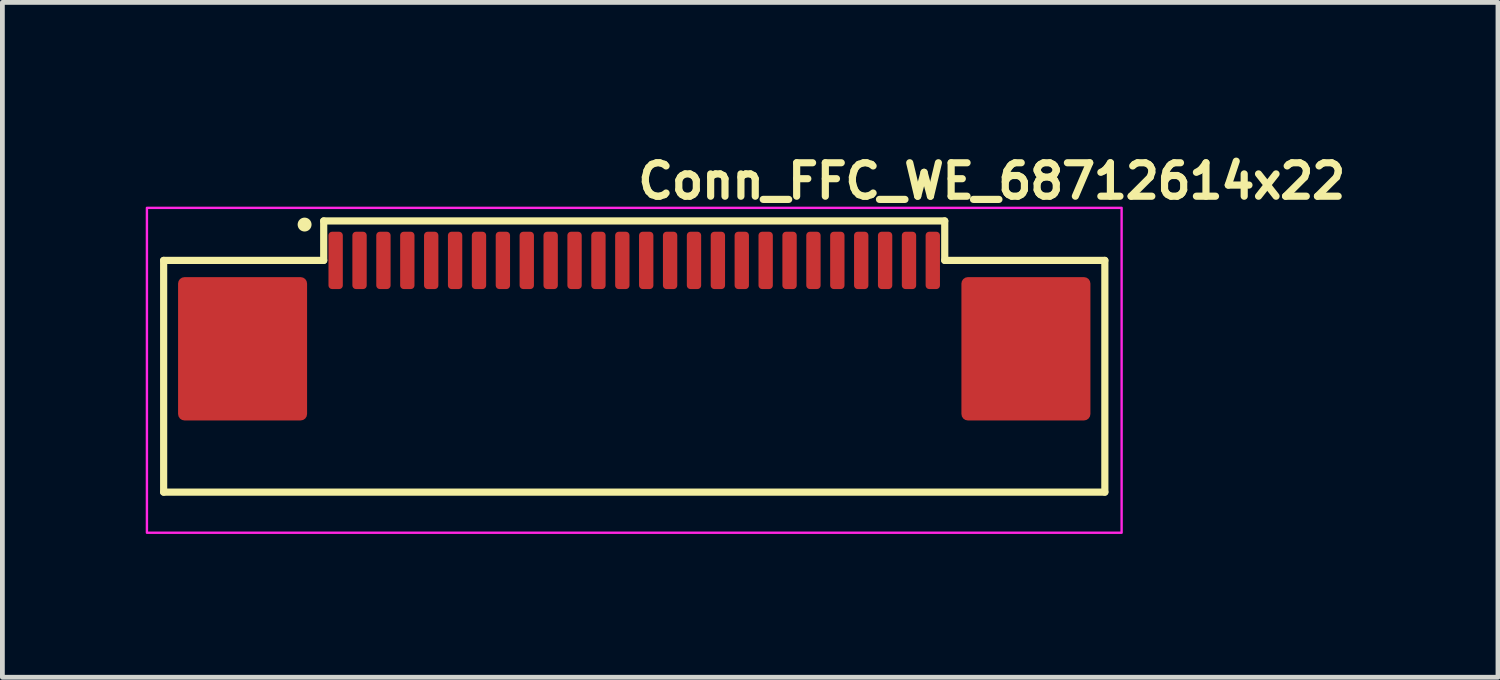
<source format=kicad_pcb>
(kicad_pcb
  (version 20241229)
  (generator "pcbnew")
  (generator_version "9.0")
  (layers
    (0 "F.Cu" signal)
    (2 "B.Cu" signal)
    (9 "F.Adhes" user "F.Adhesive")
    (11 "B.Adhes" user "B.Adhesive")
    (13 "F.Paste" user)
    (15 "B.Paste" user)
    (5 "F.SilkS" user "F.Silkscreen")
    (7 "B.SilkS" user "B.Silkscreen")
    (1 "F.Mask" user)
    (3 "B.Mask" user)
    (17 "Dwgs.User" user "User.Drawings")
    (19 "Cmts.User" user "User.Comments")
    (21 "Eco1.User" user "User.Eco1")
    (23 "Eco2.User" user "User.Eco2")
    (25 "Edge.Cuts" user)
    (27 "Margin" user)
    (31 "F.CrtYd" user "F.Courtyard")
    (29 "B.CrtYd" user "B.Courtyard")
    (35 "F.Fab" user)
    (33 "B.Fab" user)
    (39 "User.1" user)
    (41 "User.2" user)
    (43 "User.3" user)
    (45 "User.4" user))
  (footprint "Conn_FFC_WE_68712614x22"
    (layer "F.Cu")
    (at 10.225 4.55)
    (property "Reference" "Conn_FFC_WE_68712614x22" (at 0 -3.4 0) (layer "F.SilkS") (effects (font (size 0.7 0.7) (thickness 0.15)) (justify left bottom)))
    (attr smd)
    (fp_line (start -9.85 -2.15) (end -6.5 -2.15) (stroke (width 0.15) (type solid)) (layer "F.SilkS"))
    (fp_line (start -9.85 2.7) (end -9.85 -2.15) (stroke (width 0.15) (type solid)) (layer "F.SilkS"))
    (fp_line (start -6.5 -2.976) (end 6.498 -2.976) (stroke (width 0.15) (type solid)) (layer "F.SilkS"))
    (fp_line (start -6.5 -2.15) (end -6.5 -2.976) (stroke (width 0.15) (type solid)) (layer "F.SilkS"))
    (fp_line (start 6.498 -2.15) (end 6.498 -2.976) (stroke (width 0.15) (type solid)) (layer "F.SilkS"))
    (fp_line (start 9.849 -2.15) (end 6.498 -2.15) (stroke (width 0.15) (type solid)) (layer "F.SilkS"))
    (fp_line (start 9.849 2.7) (end -9.85 2.7) (stroke (width 0.15) (type solid)) (layer "F.SilkS"))
    (fp_line (start 9.849 2.7) (end 9.849 -2.15) (stroke (width 0.15) (type solid)) (layer "F.SilkS"))
    (fp_circle (center -6.9 -2.9) (end -6.85 -2.85) (stroke (width 0.15) (type solid)) (fill yes) (layer "F.SilkS"))
    (fp_rect (start -10.2 -3.25) (end 10.2 3.55) (stroke (width 0.05) (type solid)) (fill no) (layer "F.CrtYd"))
    (fp_rect (start -9.7 -2.55) (end 9.7 2.55) (stroke (width 0.1) (type solid)) (fill no) (layer "User.5"))
    (fp_line (start -9.701 1.249) (end 9.697 1.249) (stroke (width 0.02) (type solid)) (layer "User.9"))
    (fp_line (start -9.701 2.45) (end -9.701 1.249) (stroke (width 0.02) (type solid)) (layer "User.9"))
    (fp_line (start -9.701 2.454) (end -9.701 2.45) (stroke (width 0.02) (type solid)) (layer "User.9"))
    (fp_line (start -9.701 2.454) (end -9.701 2.45) (stroke (width 0.02) (type solid)) (layer "User.9"))
    (fp_line (start -9.701 2.459) (end -9.701 2.454) (stroke (width 0.02) (type solid)) (layer "User.9"))
    (fp_line (start -9.701 2.459) (end -9.701 2.454) (stroke (width 0.02) (type solid)) (layer "User.9"))
    (fp_line (start -9.701 2.463) (end -9.701 2.459) (stroke (width 0.02) (type solid)) (layer "User.9"))
    (fp_line (start -9.701 2.463) (end -9.701 2.459) (stroke (width 0.02) (type solid)) (layer "User.9"))
    (fp_line (start -9.699 2.468) (end -9.701 2.463) (stroke (width 0.02) (type solid)) (layer "User.9"))
    (fp_line (start -9.699 2.468) (end -9.701 2.463) (stroke (width 0.02) (type solid)) (layer "User.9"))
    (fp_line (start -9.699 2.474) (end -9.699 2.468) (stroke (width 0.02) (type solid)) (layer "User.9"))
    (fp_line (start -9.699 2.474) (end -9.699 2.468) (stroke (width 0.02) (type solid)) (layer "User.9"))
    (fp_line (start -9.696 2.479) (end -9.699 2.474) (stroke (width 0.02) (type solid)) (layer "User.9"))
    (fp_line (start -9.696 2.479) (end -9.699 2.474) (stroke (width 0.02) (type solid)) (layer "User.9"))
    (fp_line (start -9.695 2.483) (end -9.696 2.479) (stroke (width 0.02) (type solid)) (layer "User.9"))
    (fp_line (start -9.695 2.483) (end -9.696 2.479) (stroke (width 0.02) (type solid)) (layer "User.9"))
    (fp_line (start -9.693 2.487) (end -9.695 2.483) (stroke (width 0.02) (type solid)) (layer "User.9"))
    (fp_line (start -9.693 2.487) (end -9.695 2.483) (stroke (width 0.02) (type solid)) (layer "User.9"))
    (fp_line (start -9.692 2.491) (end -9.693 2.487) (stroke (width 0.02) (type solid)) (layer "User.9"))
    (fp_line (start -9.692 2.491) (end -9.693 2.487) (stroke (width 0.02) (type solid)) (layer "User.9"))
    (fp_line (start -9.689 2.496) (end -9.692 2.491) (stroke (width 0.02) (type solid)) (layer "User.9"))
    (fp_line (start -9.689 2.496) (end -9.692 2.491) (stroke (width 0.02) (type solid)) (layer "User.9"))
    (fp_line (start -9.686 2.5) (end -9.689 2.496) (stroke (width 0.02) (type solid)) (layer "User.9"))
    (fp_line (start -9.686 2.5) (end -9.689 2.496) (stroke (width 0.02) (type solid)) (layer "User.9"))
    (fp_line (start -9.683 2.504) (end -9.686 2.5) (stroke (width 0.02) (type solid)) (layer "User.9"))
    (fp_line (start -9.683 2.504) (end -9.686 2.5) (stroke (width 0.02) (type solid)) (layer "User.9"))
    (fp_line (start -9.682 2.508) (end -9.683 2.504) (stroke (width 0.02) (type solid)) (layer "User.9"))
    (fp_line (start -9.682 2.508) (end -9.683 2.504) (stroke (width 0.02) (type solid)) (layer "User.9"))
    (fp_line (start -9.679 2.512) (end -9.682 2.508) (stroke (width 0.02) (type solid)) (layer "User.9"))
    (fp_line (start -9.679 2.512) (end -9.682 2.508) (stroke (width 0.02) (type solid)) (layer "User.9"))
    (fp_line (start -9.674 2.515) (end -9.679 2.512) (stroke (width 0.02) (type solid)) (layer "User.9"))
    (fp_line (start -9.674 2.515) (end -9.679 2.512) (stroke (width 0.02) (type solid)) (layer "User.9"))
    (fp_line (start -9.672 2.519) (end -9.674 2.515) (stroke (width 0.02) (type solid)) (layer "User.9"))
    (fp_line (start -9.672 2.519) (end -9.674 2.515) (stroke (width 0.02) (type solid)) (layer "User.9"))
    (fp_line (start -9.667 2.523) (end -9.672 2.519) (stroke (width 0.02) (type solid)) (layer "User.9"))
    (fp_line (start -9.667 2.523) (end -9.672 2.519) (stroke (width 0.02) (type solid)) (layer "User.9"))
    (fp_line (start -9.664 2.527) (end -9.667 2.523) (stroke (width 0.02) (type solid)) (layer "User.9"))
    (fp_line (start -9.664 2.527) (end -9.667 2.523) (stroke (width 0.02) (type solid)) (layer "User.9"))
    (fp_line (start -9.66 2.53) (end -9.664 2.527) (stroke (width 0.02) (type solid)) (layer "User.9"))
    (fp_line (start -9.66 2.53) (end -9.664 2.527) (stroke (width 0.02) (type solid)) (layer "User.9"))
    (fp_line (start -9.657 2.531) (end -9.66 2.53) (stroke (width 0.02) (type solid)) (layer "User.9"))
    (fp_line (start -9.657 2.531) (end -9.66 2.53) (stroke (width 0.02) (type solid)) (layer "User.9"))
    (fp_line (start -9.653 2.535) (end -9.657 2.531) (stroke (width 0.02) (type solid)) (layer "User.9"))
    (fp_line (start -9.653 2.535) (end -9.657 2.531) (stroke (width 0.02) (type solid)) (layer "User.9"))
    (fp_line (start -9.648 2.538) (end -9.653 2.535) (stroke (width 0.02) (type solid)) (layer "User.9"))
    (fp_line (start -9.648 2.538) (end -9.653 2.535) (stroke (width 0.02) (type solid)) (layer "User.9"))
    (fp_line (start -9.644 2.539) (end -9.648 2.538) (stroke (width 0.02) (type solid)) (layer "User.9"))
    (fp_line (start -9.644 2.539) (end -9.648 2.538) (stroke (width 0.02) (type solid)) (layer "User.9"))
    (fp_line (start -9.64 2.542) (end -9.644 2.539) (stroke (width 0.02) (type solid)) (layer "User.9"))
    (fp_line (start -9.64 2.542) (end -9.644 2.539) (stroke (width 0.02) (type solid)) (layer "User.9"))
    (fp_line (start -9.635 2.543) (end -9.64 2.542) (stroke (width 0.02) (type solid)) (layer "User.9"))
    (fp_line (start -9.635 2.543) (end -9.64 2.542) (stroke (width 0.02) (type solid)) (layer "User.9"))
    (fp_line (start -9.631 2.544) (end -9.635 2.543) (stroke (width 0.02) (type solid)) (layer "User.9"))
    (fp_line (start -9.631 2.544) (end -9.635 2.543) (stroke (width 0.02) (type solid)) (layer "User.9"))
    (fp_line (start -9.625 2.547) (end -9.631 2.544) (stroke (width 0.02) (type solid)) (layer "User.9"))
    (fp_line (start -9.625 2.547) (end -9.631 2.544) (stroke (width 0.02) (type solid)) (layer "User.9"))
    (fp_line (start -9.621 2.547) (end -9.625 2.547) (stroke (width 0.02) (type solid)) (layer "User.9"))
    (fp_line (start -9.621 2.547) (end -9.625 2.547) (stroke (width 0.02) (type solid)) (layer "User.9"))
    (fp_line (start -9.615 2.548) (end -9.621 2.547) (stroke (width 0.02) (type solid)) (layer "User.9"))
    (fp_line (start -9.615 2.548) (end -9.621 2.547) (stroke (width 0.02) (type solid)) (layer "User.9"))
    (fp_line (start -9.611 2.548) (end -9.615 2.548) (stroke (width 0.02) (type solid)) (layer "User.9"))
    (fp_line (start -9.611 2.548) (end -9.615 2.548) (stroke (width 0.02) (type solid)) (layer "User.9"))
    (fp_line (start -9.606 2.548) (end -9.611 2.548) (stroke (width 0.02) (type solid)) (layer "User.9"))
    (fp_line (start -9.606 2.548) (end -9.611 2.548) (stroke (width 0.02) (type solid)) (layer "User.9"))
    (fp_line (start -9.6 2.548) (end -9.606 2.548) (stroke (width 0.02) (type solid)) (layer "User.9"))
    (fp_line (start -9.6 2.548) (end -9.606 2.548) (stroke (width 0.02) (type solid)) (layer "User.9"))
    (fp_line (start -9.6 2.548) (end 9.597 2.548) (stroke (width 0.02) (type solid)) (layer "User.9"))
    (fp_line (start -9.532 -0.359) (end -9.532 -0.355) (stroke (width 0.02) (type solid)) (layer "User.9"))
    (fp_line (start -9.532 -0.355) (end -9.532 -0.351) (stroke (width 0.02) (type solid)) (layer "User.9"))
    (fp_line (start -9.532 -0.351) (end -9.532 -0.346) (stroke (width 0.02) (type solid)) (layer "User.9"))
    (fp_line (start -9.532 -0.346) (end -9.531 -0.341) (stroke (width 0.02) (type solid)) (layer "User.9"))
    (fp_line (start -9.531 -1.262) (end -9.531 -1.262) (stroke (width 0.02) (type solid)) (layer "User.9"))
    (fp_line (start -9.531 -1.262) (end -9.531 -1.256) (stroke (width 0.02) (type solid)) (layer "User.9"))
    (fp_line (start -9.531 -1.256) (end -9.531 -1.252) (stroke (width 0.02) (type solid)) (layer "User.9"))
    (fp_line (start -9.531 -1.252) (end -9.531 -1.248) (stroke (width 0.02) (type solid)) (layer "User.9"))
    (fp_line (start -9.531 -1.248) (end -9.531 -1.242) (stroke (width 0.02) (type solid)) (layer "User.9"))
    (fp_line (start -9.531 -1.242) (end -9.531 -1.238) (stroke (width 0.02) (type solid)) (layer "User.9"))
    (fp_line (start -9.531 -1.238) (end -9.529 -1.234) (stroke (width 0.02) (type solid)) (layer "User.9"))
    (fp_line (start -9.531 -0.364) (end -9.532 -0.359) (stroke (width 0.02) (type solid)) (layer "User.9"))
    (fp_line (start -9.531 -0.341) (end -9.531 -0.341) (stroke (width 0.02) (type solid)) (layer "User.9"))
    (fp_line (start -9.531 -0.341) (end -9.531 -0.337) (stroke (width 0.02) (type solid)) (layer "User.9"))
    (fp_line (start -9.531 -0.337) (end -9.529 -0.332) (stroke (width 0.02) (type solid)) (layer "User.9"))
    (fp_line (start -9.529 -1.27) (end -9.529 -1.266) (stroke (width 0.02) (type solid)) (layer "User.9"))
    (fp_line (start -9.529 -1.266) (end -9.531 -1.262) (stroke (width 0.02) (type solid)) (layer "User.9"))
    (fp_line (start -9.529 -1.234) (end -9.529 -1.228) (stroke (width 0.02) (type solid)) (layer "User.9"))
    (fp_line (start -9.529 -1.228) (end -9.528 -1.224) (stroke (width 0.02) (type solid)) (layer "User.9"))
    (fp_line (start -9.529 -0.373) (end -9.529 -0.368) (stroke (width 0.02) (type solid)) (layer "User.9"))
    (fp_line (start -9.529 -0.368) (end -9.531 -0.364) (stroke (width 0.02) (type solid)) (layer "User.9"))
    (fp_line (start -9.529 -0.332) (end -9.529 -0.327) (stroke (width 0.02) (type solid)) (layer "User.9"))
    (fp_line (start -9.529 -0.327) (end -9.528 -0.323) (stroke (width 0.02) (type solid)) (layer "User.9"))
    (fp_line (start -9.528 -1.276) (end -9.529 -1.27) (stroke (width 0.02) (type solid)) (layer "User.9"))
    (fp_line (start -9.528 -1.224) (end -9.526 -1.22) (stroke (width 0.02) (type solid)) (layer "User.9"))
    (fp_line (start -9.528 -0.377) (end -9.529 -0.373) (stroke (width 0.02) (type solid)) (layer "User.9"))
    (fp_line (start -9.528 -0.323) (end -9.526 -0.317) (stroke (width 0.02) (type solid)) (layer "User.9"))
    (fp_line (start -9.526 -1.285) (end -9.526 -1.28) (stroke (width 0.02) (type solid)) (layer "User.9"))
    (fp_line (start -9.526 -1.28) (end -9.528 -1.276) (stroke (width 0.02) (type solid)) (layer "User.9"))
    (fp_line (start -9.526 -1.22) (end -9.525 -1.216) (stroke (width 0.02) (type solid)) (layer "User.9"))
    (fp_line (start -9.526 -0.387) (end -9.526 -0.382) (stroke (width 0.02) (type solid)) (layer "User.9"))
    (fp_line (start -9.526 -0.382) (end -9.528 -0.377) (stroke (width 0.02) (type solid)) (layer "User.9"))
    (fp_line (start -9.526 -0.317) (end -9.525 -0.313) (stroke (width 0.02) (type solid)) (layer "User.9"))
    (fp_line (start -9.525 -1.216) (end -9.522 -1.212) (stroke (width 0.02) (type solid)) (layer "User.9"))
    (fp_line (start -9.525 -0.313) (end -9.522 -0.309) (stroke (width 0.02) (type solid)) (layer "User.9"))
    (fp_line (start -9.523 -1.289) (end -9.526 -1.285) (stroke (width 0.02) (type solid)) (layer "User.9"))
    (fp_line (start -9.523 -0.391) (end -9.526 -0.387) (stroke (width 0.02) (type solid)) (layer "User.9"))
    (fp_line (start -9.522 -1.293) (end -9.523 -1.289) (stroke (width 0.02) (type solid)) (layer "User.9"))
    (fp_line (start -9.522 -1.212) (end -9.52 -1.208) (stroke (width 0.02) (type solid)) (layer "User.9"))
    (fp_line (start -9.522 -0.395) (end -9.523 -0.391) (stroke (width 0.02) (type solid)) (layer "User.9"))
    (fp_line (start -9.522 -0.309) (end -9.52 -0.305) (stroke (width 0.02) (type solid)) (layer "User.9"))
    (fp_line (start -9.52 -1.208) (end -9.519 -1.204) (stroke (width 0.02) (type solid)) (layer "User.9"))
    (fp_line (start -9.52 -0.305) (end -9.519 -0.301) (stroke (width 0.02) (type solid)) (layer "User.9"))
    (fp_line (start -9.519 -1.297) (end -9.522 -1.293) (stroke (width 0.02) (type solid)) (layer "User.9"))
    (fp_line (start -9.519 -1.204) (end -9.516 -1.2) (stroke (width 0.02) (type solid)) (layer "User.9"))
    (fp_line (start -9.519 -0.399) (end -9.522 -0.395) (stroke (width 0.02) (type solid)) (layer "User.9"))
    (fp_line (start -9.519 -0.301) (end -9.516 -0.297) (stroke (width 0.02) (type solid)) (layer "User.9"))
    (fp_line (start -9.517 -1.301) (end -9.519 -1.297) (stroke (width 0.02) (type solid)) (layer "User.9"))
    (fp_line (start -9.517 -0.403) (end -9.519 -0.399) (stroke (width 0.02) (type solid)) (layer "User.9"))
    (fp_line (start -9.516 -1.305) (end -9.517 -1.301) (stroke (width 0.02) (type solid)) (layer "User.9"))
    (fp_line (start -9.516 -1.2) (end -9.515 -1.196) (stroke (width 0.02) (type solid)) (layer "User.9"))
    (fp_line (start -9.516 -0.297) (end -9.513 -0.293) (stroke (width 0.02) (type solid)) (layer "User.9"))
    (fp_line (start -9.515 -1.196) (end -9.512 -1.192) (stroke (width 0.02) (type solid)) (layer "User.9"))
    (fp_line (start -9.515 -0.407) (end -9.517 -0.403) (stroke (width 0.02) (type solid)) (layer "User.9"))
    (fp_line (start -9.513 -1.309) (end -9.516 -1.305) (stroke (width 0.02) (type solid)) (layer "User.9"))
    (fp_line (start -9.513 -0.411) (end -9.515 -0.407) (stroke (width 0.02) (type solid)) (layer "User.9"))
    (fp_line (start -9.513 -0.293) (end -9.51 -0.289) (stroke (width 0.02) (type solid)) (layer "User.9"))
    (fp_line (start -9.512 -1.192) (end -9.509 -1.188) (stroke (width 0.02) (type solid)) (layer "User.9"))
    (fp_line (start -9.51 -1.313) (end -9.513 -1.309) (stroke (width 0.02) (type solid)) (layer "User.9"))
    (fp_line (start -9.51 -0.414) (end -9.513 -0.411) (stroke (width 0.02) (type solid)) (layer "User.9"))
    (fp_line (start -9.51 -0.289) (end -9.507 -0.287) (stroke (width 0.02) (type solid)) (layer "User.9"))
    (fp_line (start -9.509 -1.188) (end -9.506 -1.184) (stroke (width 0.02) (type solid)) (layer "User.9"))
    (fp_line (start -9.507 -1.315) (end -9.51 -1.313) (stroke (width 0.02) (type solid)) (layer "User.9"))
    (fp_line (start -9.507 -0.287) (end -9.504 -0.284) (stroke (width 0.02) (type solid)) (layer "User.9"))
    (fp_line (start -9.506 -1.184) (end -9.503 -1.182) (stroke (width 0.02) (type solid)) (layer "User.9"))
    (fp_line (start -9.506 -0.417) (end -9.51 -0.414) (stroke (width 0.02) (type solid)) (layer "User.9"))
    (fp_line (start -9.504 -1.319) (end -9.507 -1.315) (stroke (width 0.02) (type solid)) (layer "User.9"))
    (fp_line (start -9.504 -0.284) (end -9.501 -0.28) (stroke (width 0.02) (type solid)) (layer "User.9"))
    (fp_line (start -9.503 -1.182) (end -9.5 -1.178) (stroke (width 0.02) (type solid)) (layer "User.9"))
    (fp_line (start -9.503 -0.42) (end -9.506 -0.417) (stroke (width 0.02) (type solid)) (layer "User.9"))
    (fp_line (start -9.501 -1.323) (end -9.504 -1.319) (stroke (width 0.02) (type solid)) (layer "User.9"))
    (fp_line (start -9.501 -0.28) (end -9.499 -0.277) (stroke (width 0.02) (type solid)) (layer "User.9"))
    (fp_line (start -9.5 -1.178) (end -9.497 -1.176) (stroke (width 0.02) (type solid)) (layer "User.9"))
    (fp_line (start -9.5 -0.423) (end -9.503 -0.42) (stroke (width 0.02) (type solid)) (layer "User.9"))
    (fp_line (start -9.499 -0.277) (end -9.496 -0.274) (stroke (width 0.02) (type solid)) (layer "User.9"))
    (fp_line (start -9.497 -1.325) (end -9.501 -1.323) (stroke (width 0.02) (type solid)) (layer "User.9"))
    (fp_line (start -9.497 -1.176) (end -9.494 -1.172) (stroke (width 0.02) (type solid)) (layer "User.9"))
    (fp_line (start -9.497 -0.426) (end -9.5 -0.423) (stroke (width 0.02) (type solid)) (layer "User.9"))
    (fp_line (start -9.496 -0.274) (end -9.491 -0.272) (stroke (width 0.02) (type solid)) (layer "User.9"))
    (fp_line (start -9.494 -1.329) (end -9.497 -1.325) (stroke (width 0.02) (type solid)) (layer "User.9"))
    (fp_line (start -9.494 -1.172) (end -9.49 -1.17) (stroke (width 0.02) (type solid)) (layer "User.9"))
    (fp_line (start -9.494 -0.429) (end -9.497 -0.426) (stroke (width 0.02) (type solid)) (layer "User.9"))
    (fp_line (start -9.491 -1.331) (end -9.494 -1.329) (stroke (width 0.02) (type solid)) (layer "User.9"))
    (fp_line (start -9.491 -0.272) (end -9.487 -0.269) (stroke (width 0.02) (type solid)) (layer "User.9"))
    (fp_line (start -9.49 -1.17) (end -9.486 -1.168) (stroke (width 0.02) (type solid)) (layer "User.9"))
    (fp_line (start -9.49 -0.432) (end -9.494 -0.429) (stroke (width 0.02) (type solid)) (layer "User.9"))
    (fp_line (start -9.487 -1.333) (end -9.491 -1.331) (stroke (width 0.02) (type solid)) (layer "User.9"))
    (fp_line (start -9.487 -0.434) (end -9.49 -0.432) (stroke (width 0.02) (type solid)) (layer "User.9"))
    (fp_line (start -9.487 -0.269) (end -9.484 -0.266) (stroke (width 0.02) (type solid)) (layer "User.9"))
    (fp_line (start -9.486 -1.168) (end -9.481 -1.164) (stroke (width 0.02) (type solid)) (layer "User.9"))
    (fp_line (start -9.484 -1.337) (end -9.487 -1.333) (stroke (width 0.02) (type solid)) (layer "User.9"))
    (fp_line (start -9.484 -0.266) (end -9.481 -0.264) (stroke (width 0.02) (type solid)) (layer "User.9"))
    (fp_line (start -9.483 -0.437) (end -9.487 -0.434) (stroke (width 0.02) (type solid)) (layer "User.9"))
    (fp_line (start -9.481 -1.164) (end -9.477 -1.162) (stroke (width 0.02) (type solid)) (layer "User.9"))
    (fp_line (start -9.481 -0.264) (end -9.477 -0.262) (stroke (width 0.02) (type solid)) (layer "User.9"))
    (fp_line (start -9.48 -1.339) (end -9.484 -1.337) (stroke (width 0.02) (type solid)) (layer "User.9"))
    (fp_line (start -9.478 -0.439) (end -9.483 -0.437) (stroke (width 0.02) (type solid)) (layer "User.9"))
    (fp_line (start -9.477 -1.162) (end -9.474 -1.16) (stroke (width 0.02) (type solid)) (layer "User.9"))
    (fp_line (start -9.477 -0.262) (end -9.472 -0.26) (stroke (width 0.02) (type solid)) (layer "User.9"))
    (fp_line (start -9.475 -1.341) (end -9.48 -1.339) (stroke (width 0.02) (type solid)) (layer "User.9"))
    (fp_line (start -9.474 -1.16) (end -9.47 -1.158) (stroke (width 0.02) (type solid)) (layer "User.9"))
    (fp_line (start -9.474 -0.441) (end -9.478 -0.439) (stroke (width 0.02) (type solid)) (layer "User.9"))
    (fp_line (start -9.472 -0.26) (end -9.468 -0.258) (stroke (width 0.02) (type solid)) (layer "User.9"))
    (fp_line (start -9.471 -1.343) (end -9.475 -1.341) (stroke (width 0.02) (type solid)) (layer "User.9"))
    (fp_line (start -9.47 -1.158) (end -9.465 -1.156) (stroke (width 0.02) (type solid)) (layer "User.9"))
    (fp_line (start -9.47 -0.443) (end -9.474 -0.441) (stroke (width 0.02) (type solid)) (layer "User.9"))
    (fp_line (start -9.468 -1.345) (end -9.471 -1.343) (stroke (width 0.02) (type solid)) (layer "User.9"))
    (fp_line (start -9.468 -0.258) (end -9.464 -0.256) (stroke (width 0.02) (type solid)) (layer "User.9"))
    (fp_line (start -9.465 -1.156) (end -9.461 -1.156) (stroke (width 0.02) (type solid)) (layer "User.9"))
    (fp_line (start -9.465 -0.445) (end -9.47 -0.443) (stroke (width 0.02) (type solid)) (layer "User.9"))
    (fp_line (start -9.464 -1.345) (end -9.468 -1.345) (stroke (width 0.02) (type solid)) (layer "User.9"))
    (fp_line (start -9.464 -0.256) (end -9.459 -0.254) (stroke (width 0.02) (type solid)) (layer "User.9"))
    (fp_line (start -9.461 -1.156) (end -9.456 -1.154) (stroke (width 0.02) (type solid)) (layer "User.9"))
    (fp_line (start -9.461 -0.446) (end -9.465 -0.445) (stroke (width 0.02) (type solid)) (layer "User.9"))
    (fp_line (start -9.459 -0.254) (end -9.455 -0.253) (stroke (width 0.02) (type solid)) (layer "User.9"))
    (fp_line (start -9.458 -1.347) (end -9.464 -1.345) (stroke (width 0.02) (type solid)) (layer "User.9"))
    (fp_line (start -9.456 -1.154) (end -9.452 -1.154) (stroke (width 0.02) (type solid)) (layer "User.9"))
    (fp_line (start -9.456 -0.447) (end -9.461 -0.446) (stroke (width 0.02) (type solid)) (layer "User.9"))
    (fp_line (start -9.455 -1.349) (end -9.458 -1.347) (stroke (width 0.02) (type solid)) (layer "User.9"))
    (fp_line (start -9.455 -0.253) (end -9.451 -0.252) (stroke (width 0.02) (type solid)) (layer "User.9"))
    (fp_line (start -9.452 -1.154) (end -9.151 -1.091) (stroke (width 0.02) (type solid)) (layer "User.9"))
    (fp_line (start -9.452 -0.448) (end -9.456 -0.447) (stroke (width 0.02) (type solid)) (layer "User.9"))
    (fp_line (start -9.451 -0.252) (end -9.445 -0.251) (stroke (width 0.02) (type solid)) (layer "User.9"))
    (fp_line (start -9.449 -1.349) (end -9.455 -1.349) (stroke (width 0.02) (type solid)) (layer "User.9"))
    (fp_line (start -9.445 -1.349) (end -9.449 -1.349) (stroke (width 0.02) (type solid)) (layer "User.9"))
    (fp_line (start -9.445 -0.251) (end -9.442 -0.251) (stroke (width 0.02) (type solid)) (layer "User.9"))
    (fp_line (start -9.442 -0.251) (end -9.436 -0.251) (stroke (width 0.02) (type solid)) (layer "User.9"))
    (fp_line (start -9.44 -1.351) (end -9.445 -1.349) (stroke (width 0.02) (type solid)) (layer "User.9"))
    (fp_line (start -9.436 -1.351) (end -9.44 -1.351) (stroke (width 0.02) (type solid)) (layer "User.9"))
    (fp_line (start -9.436 -0.251) (end -9.432 -0.25) (stroke (width 0.02) (type solid)) (layer "User.9"))
    (fp_line (start -9.432 -0.25) (end -9.151 -0.25) (stroke (width 0.02) (type solid)) (layer "User.9"))
    (fp_line (start -9.43 -1.351) (end -9.436 -1.351) (stroke (width 0.02) (type solid)) (layer "User.9"))
    (fp_line (start -9.43 -1.351) (end -9.151 -1.351) (stroke (width 0.02) (type solid)) (layer "User.9"))
    (fp_line (start -9.401 1.249) (end -9.388 1.249) (stroke (width 0.02) (type solid)) (layer "User.9"))
    (fp_line (start -9.388 1.249) (end -9.376 1.247) (stroke (width 0.02) (type solid)) (layer "User.9"))
    (fp_line (start -9.376 1.247) (end -9.365 1.247) (stroke (width 0.02) (type solid)) (layer "User.9"))
    (fp_line (start -9.365 1.247) (end -9.352 1.243) (stroke (width 0.02) (type solid)) (layer "User.9"))
    (fp_line (start -9.352 1.243) (end -9.34 1.241) (stroke (width 0.02) (type solid)) (layer "User.9"))
    (fp_line (start -9.34 1.241) (end -9.329 1.237) (stroke (width 0.02) (type solid)) (layer "User.9"))
    (fp_line (start -9.329 1.237) (end -9.317 1.235) (stroke (width 0.02) (type solid)) (layer "User.9"))
    (fp_line (start -9.317 1.235) (end -9.305 1.229) (stroke (width 0.02) (type solid)) (layer "User.9"))
    (fp_line (start -9.305 1.229) (end -9.295 1.225) (stroke (width 0.02) (type solid)) (layer "User.9"))
    (fp_line (start -9.295 1.225) (end -9.283 1.219) (stroke (width 0.02) (type solid)) (layer "User.9"))
    (fp_line (start -9.283 1.219) (end -9.272 1.213) (stroke (width 0.02) (type solid)) (layer "User.9"))
    (fp_line (start -9.272 1.213) (end -9.263 1.207) (stroke (width 0.02) (type solid)) (layer "User.9"))
    (fp_line (start -9.263 1.207) (end -9.253 1.199) (stroke (width 0.02) (type solid)) (layer "User.9"))
    (fp_line (start -9.253 1.199) (end -9.243 1.193) (stroke (width 0.02) (type solid)) (layer "User.9"))
    (fp_line (start -9.243 1.193) (end -9.234 1.185) (stroke (width 0.02) (type solid)) (layer "User.9"))
    (fp_line (start -9.234 1.185) (end -9.224 1.175) (stroke (width 0.02) (type solid)) (layer "User.9"))
    (fp_line (start -9.224 1.175) (end -9.224 1.175) (stroke (width 0.02) (type solid)) (layer "User.9"))
    (fp_line (start -9.224 1.175) (end -9.215 1.167) (stroke (width 0.02) (type solid)) (layer "User.9"))
    (fp_line (start -9.215 1.167) (end -9.208 1.157) (stroke (width 0.02) (type solid)) (layer "User.9"))
    (fp_line (start -9.208 1.157) (end -9.201 1.148) (stroke (width 0.02) (type solid)) (layer "User.9"))
    (fp_line (start -9.201 1.148) (end -9.193 1.138) (stroke (width 0.02) (type solid)) (layer "User.9"))
    (fp_line (start -9.193 1.138) (end -9.186 1.128) (stroke (width 0.02) (type solid)) (layer "User.9"))
    (fp_line (start -9.186 1.128) (end -9.18 1.116) (stroke (width 0.02) (type solid)) (layer "User.9"))
    (fp_line (start -9.18 1.116) (end -9.176 1.106) (stroke (width 0.02) (type solid)) (layer "User.9"))
    (fp_line (start -9.176 1.106) (end -9.17 1.094) (stroke (width 0.02) (type solid)) (layer "User.9"))
    (fp_line (start -9.17 1.094) (end -9.166 1.084) (stroke (width 0.02) (type solid)) (layer "User.9"))
    (fp_line (start -9.166 1.084) (end -9.163 1.072) (stroke (width 0.02) (type solid)) (layer "User.9"))
    (fp_line (start -9.163 1.072) (end -9.158 1.06) (stroke (width 0.02) (type solid)) (layer "User.9"))
    (fp_line (start -9.158 1.06) (end -9.157 1.048) (stroke (width 0.02) (type solid)) (layer "User.9"))
    (fp_line (start -9.157 1.048) (end -9.154 1.036) (stroke (width 0.02) (type solid)) (layer "User.9"))
    (fp_line (start -9.154 1.036) (end -9.153 1.024) (stroke (width 0.02) (type solid)) (layer "User.9"))
    (fp_line (start -9.153 1.024) (end -9.151 1.011) (stroke (width 0.02) (type solid)) (layer "User.9"))
    (fp_line (start -9.151 -1.75) (end -9.151 0.998) (stroke (width 0.02) (type solid)) (layer "User.9"))
    (fp_line (start -9.151 -1.75) (end -8.701 -1.75) (stroke (width 0.02) (type solid)) (layer "User.9"))
    (fp_line (start -9.151 -0.511) (end -9.452 -0.448) (stroke (width 0.02) (type solid)) (layer "User.9"))
    (fp_line (start -9.151 1.011) (end -9.151 0.998) (stroke (width 0.02) (type solid)) (layer "User.9"))
    (fp_line (start -8.701 -1.75) (end -8.701 1.249) (stroke (width 0.02) (type solid)) (layer "User.9"))
    (fp_line (start -8.701 -1.75) (end -7.93 -1.75) (stroke (width 0.02) (type solid)) (layer "User.9"))
    (fp_line (start -8.531 0.748) (end -8.531 -1.351) (stroke (width 0.02) (type solid)) (layer "User.9"))
    (fp_line (start -8.131 -0.71) (end -8.129 -0.72) (stroke (width 0.02) (type solid)) (layer "User.9"))
    (fp_line (start -8.131 -0.702) (end -8.131 -0.71) (stroke (width 0.02) (type solid)) (layer "User.9"))
    (fp_line (start -8.131 -0.692) (end -8.131 -0.702) (stroke (width 0.02) (type solid)) (layer "User.9"))
    (fp_line (start -8.129 -0.72) (end -8.128 -0.729) (stroke (width 0.02) (type solid)) (layer "User.9"))
    (fp_line (start -8.129 -0.682) (end -8.131 -0.692) (stroke (width 0.02) (type solid)) (layer "User.9"))
    (fp_line (start -8.128 -0.729) (end -8.125 -0.739) (stroke (width 0.02) (type solid)) (layer "User.9"))
    (fp_line (start -8.128 -0.673) (end -8.129 -0.682) (stroke (width 0.02) (type solid)) (layer "User.9"))
    (fp_line (start -8.125 -0.739) (end -8.124 -0.748) (stroke (width 0.02) (type solid)) (layer "User.9"))
    (fp_line (start -8.125 -0.663) (end -8.128 -0.673) (stroke (width 0.02) (type solid)) (layer "User.9"))
    (fp_line (start -8.124 -0.748) (end -8.119 -0.758) (stroke (width 0.02) (type solid)) (layer "User.9"))
    (fp_line (start -8.124 -0.654) (end -8.125 -0.663) (stroke (width 0.02) (type solid)) (layer "User.9"))
    (fp_line (start -8.119 -0.758) (end -8.115 -0.767) (stroke (width 0.02) (type solid)) (layer "User.9"))
    (fp_line (start -8.119 -0.644) (end -8.124 -0.654) (stroke (width 0.02) (type solid)) (layer "User.9"))
    (fp_line (start -8.115 -0.767) (end -8.11 -0.776) (stroke (width 0.02) (type solid)) (layer "User.9"))
    (fp_line (start -8.115 -0.634) (end -8.119 -0.644) (stroke (width 0.02) (type solid)) (layer "User.9"))
    (fp_line (start -8.11 -0.776) (end -8.11 -0.776) (stroke (width 0.02) (type solid)) (layer "User.9"))
    (fp_line (start -8.11 -0.776) (end -8.109 -0.781) (stroke (width 0.02) (type solid)) (layer "User.9"))
    (fp_line (start -8.11 -0.625) (end -8.115 -0.634) (stroke (width 0.02) (type solid)) (layer "User.9"))
    (fp_line (start -8.11 -0.625) (end -8.11 -0.625) (stroke (width 0.02) (type solid)) (layer "User.9"))
    (fp_line (start -8.109 -0.781) (end -8.106 -0.785) (stroke (width 0.02) (type solid)) (layer "User.9"))
    (fp_line (start -8.106 -0.785) (end -8.103 -0.789) (stroke (width 0.02) (type solid)) (layer "User.9"))
    (fp_line (start -8.106 -0.617) (end -8.11 -0.625) (stroke (width 0.02) (type solid)) (layer "User.9"))
    (fp_line (start -8.103 -0.789) (end -8.099 -0.793) (stroke (width 0.02) (type solid)) (layer "User.9"))
    (fp_line (start -8.099 -0.793) (end -8.096 -0.797) (stroke (width 0.02) (type solid)) (layer "User.9"))
    (fp_line (start -8.099 -0.609) (end -8.106 -0.617) (stroke (width 0.02) (type solid)) (layer "User.9"))
    (fp_line (start -8.096 -0.797) (end -8.093 -0.801) (stroke (width 0.02) (type solid)) (layer "User.9"))
    (fp_line (start -8.093 -0.801) (end -8.09 -0.804) (stroke (width 0.02) (type solid)) (layer "User.9"))
    (fp_line (start -8.093 -0.601) (end -8.099 -0.609) (stroke (width 0.02) (type solid)) (layer "User.9"))
    (fp_line (start -8.09 -0.804) (end -8.087 -0.808) (stroke (width 0.02) (type solid)) (layer "User.9"))
    (fp_line (start -8.087 -0.808) (end -8.083 -0.811) (stroke (width 0.02) (type solid)) (layer "User.9"))
    (fp_line (start -8.087 -0.594) (end -8.093 -0.601) (stroke (width 0.02) (type solid)) (layer "User.9"))
    (fp_line (start -8.083 -0.811) (end -8.08 -0.814) (stroke (width 0.02) (type solid)) (layer "User.9"))
    (fp_line (start -8.08 -0.814) (end -8.076 -0.818) (stroke (width 0.02) (type solid)) (layer "User.9"))
    (fp_line (start -8.08 -0.588) (end -8.087 -0.594) (stroke (width 0.02) (type solid)) (layer "User.9"))
    (fp_line (start -8.076 -0.818) (end -8.073 -0.821) (stroke (width 0.02) (type solid)) (layer "User.9"))
    (fp_line (start -8.073 -0.821) (end -8.068 -0.824) (stroke (width 0.02) (type solid)) (layer "User.9"))
    (fp_line (start -8.073 -0.581) (end -8.08 -0.588) (stroke (width 0.02) (type solid)) (layer "User.9"))
    (fp_line (start -8.068 -0.824) (end -8.064 -0.826) (stroke (width 0.02) (type solid)) (layer "User.9"))
    (fp_line (start -8.064 -0.826) (end -8.061 -0.829) (stroke (width 0.02) (type solid)) (layer "User.9"))
    (fp_line (start -8.064 -0.577) (end -8.073 -0.581) (stroke (width 0.02) (type solid)) (layer "User.9"))
    (fp_line (start -8.061 -0.829) (end -8.055 -0.831) (stroke (width 0.02) (type solid)) (layer "User.9"))
    (fp_line (start -8.055 -0.831) (end -8.051 -0.833) (stroke (width 0.02) (type solid)) (layer "User.9"))
    (fp_line (start -8.055 -0.572) (end -8.064 -0.577) (stroke (width 0.02) (type solid)) (layer "User.9"))
    (fp_line (start -8.051 -0.833) (end -8.048 -0.835) (stroke (width 0.02) (type solid)) (layer "User.9"))
    (fp_line (start -8.048 -0.835) (end -8.044 -0.837) (stroke (width 0.02) (type solid)) (layer "User.9"))
    (fp_line (start -8.048 -0.567) (end -8.055 -0.572) (stroke (width 0.02) (type solid)) (layer "User.9"))
    (fp_line (start -8.044 -0.837) (end -8.038 -0.839) (stroke (width 0.02) (type solid)) (layer "User.9"))
    (fp_line (start -8.038 -0.839) (end -8.035 -0.841) (stroke (width 0.02) (type solid)) (layer "User.9"))
    (fp_line (start -8.038 -0.563) (end -8.048 -0.567) (stroke (width 0.02) (type solid)) (layer "User.9"))
    (fp_line (start -8.035 -0.841) (end -8.029 -0.842) (stroke (width 0.02) (type solid)) (layer "User.9"))
    (fp_line (start -8.029 -0.842) (end -8.025 -0.844) (stroke (width 0.02) (type solid)) (layer "User.9"))
    (fp_line (start -8.029 -0.56) (end -8.038 -0.563) (stroke (width 0.02) (type solid)) (layer "User.9"))
    (fp_line (start -8.025 -0.844) (end -8.02 -0.845) (stroke (width 0.02) (type solid)) (layer "User.9"))
    (fp_line (start -8.02 -0.845) (end -8.016 -0.847) (stroke (width 0.02) (type solid)) (layer "User.9"))
    (fp_line (start -8.02 -0.557) (end -8.029 -0.56) (stroke (width 0.02) (type solid)) (layer "User.9"))
    (fp_line (start -8.016 -0.847) (end -8.01 -0.848) (stroke (width 0.02) (type solid)) (layer "User.9"))
    (fp_line (start -8.01 -0.848) (end -8.006 -0.848) (stroke (width 0.02) (type solid)) (layer "User.9"))
    (fp_line (start -8.01 -0.554) (end -8.02 -0.557) (stroke (width 0.02) (type solid)) (layer "User.9"))
    (fp_line (start -8.006 -0.848) (end -8 -0.849) (stroke (width 0.02) (type solid)) (layer "User.9"))
    (fp_line (start -8 -0.849) (end -7.996 -0.85) (stroke (width 0.02) (type solid)) (layer "User.9"))
    (fp_line (start -8 -0.553) (end -8.01 -0.554) (stroke (width 0.02) (type solid)) (layer "User.9"))
    (fp_line (start -7.996 -0.85) (end -7.99 -0.85) (stroke (width 0.02) (type solid)) (layer "User.9"))
    (fp_line (start -7.99 -0.85) (end -7.987 -0.85) (stroke (width 0.02) (type solid)) (layer "User.9"))
    (fp_line (start -7.99 -0.552) (end -8 -0.553) (stroke (width 0.02) (type solid)) (layer "User.9"))
    (fp_line (start -7.987 -0.85) (end -7.981 -0.851) (stroke (width 0.02) (type solid)) (layer "User.9"))
    (fp_line (start -7.981 -0.851) (end -7.44 -0.851) (stroke (width 0.02) (type solid)) (layer "User.9"))
    (fp_line (start -7.981 -0.551) (end -7.99 -0.552) (stroke (width 0.02) (type solid)) (layer "User.9"))
    (fp_line (start -7.781 -1.601) (end -7.93 -1.75) (stroke (width 0.02) (type solid)) (layer "User.9"))
    (fp_line (start -7.781 -1.351) (end -7.781 -1.601) (stroke (width 0.02) (type solid)) (layer "User.9"))
    (fp_line (start -7.781 -0.551) (end -7.781 -0.851) (stroke (width 0.02) (type solid)) (layer "User.9"))
    (fp_line (start -7.781 0.849) (end -7.781 0.748) (stroke (width 0.02) (type solid)) (layer "User.9"))
    (fp_line (start -7.631 -1.45) (end -7.781 -1.601) (stroke (width 0.02) (type solid)) (layer "User.9"))
    (fp_line (start -7.631 -1.45) (end -7.631 -1.351) (stroke (width 0.02) (type solid)) (layer "User.9"))
    (fp_line (start -7.631 -0.851) (end -7.631 -0.551) (stroke (width 0.02) (type solid)) (layer "User.9"))
    (fp_line (start -7.631 0.748) (end -7.631 0.849) (stroke (width 0.02) (type solid)) (layer "User.9"))
    (fp_line (start -7.44 -1.351) (end -8.531 -1.351) (stroke (width 0.02) (type solid)) (layer "User.9"))
    (fp_line (start -7.44 -1.351) (end -7.231 -1.351) (stroke (width 0.02) (type solid)) (layer "User.9"))
    (fp_line (start -7.44 -0.551) (end -7.981 -0.551) (stroke (width 0.02) (type solid)) (layer "User.9"))
    (fp_line (start -7.44 -0.551) (end -7.231 -0.551) (stroke (width 0.02) (type solid)) (layer "User.9"))
    (fp_line (start -7.44 0.748) (end -8.531 0.748) (stroke (width 0.02) (type solid)) (layer "User.9"))
    (fp_line (start -7.44 0.748) (end -7.231 0.748) (stroke (width 0.02) (type solid)) (layer "User.9"))
    (fp_line (start -7.43 -1.551) (end -7.43 -1.351) (stroke (width 0.02) (type solid)) (layer "User.9"))
    (fp_line (start -7.43 -1.551) (end -7.231 -1.551) (stroke (width 0.02) (type solid)) (layer "User.9"))
    (fp_line (start -7.43 0.849) (end -7.781 0.849) (stroke (width 0.02) (type solid)) (layer "User.9"))
    (fp_line (start -7.43 0.849) (end -7.43 1.249) (stroke (width 0.02) (type solid)) (layer "User.9"))
    (fp_line (start -7.231 -1.551) (end -7.231 -1.351) (stroke (width 0.02) (type solid)) (layer "User.9"))
    (fp_line (start -7.231 -1.25) (end -7.231 -1.351) (stroke (width 0.02) (type solid)) (layer "User.9"))
    (fp_line (start -7.231 -1.25) (end -7.231 -1.351) (stroke (width 0.02) (type solid)) (layer "User.9"))
    (fp_line (start -7.231 -0.851) (end -7.44 -0.851) (stroke (width 0.02) (type solid)) (layer "User.9"))
    (fp_line (start -7.231 1.249) (end -7.231 -1.25) (stroke (width 0.02) (type solid)) (layer "User.9"))
    (fp_line (start -7.231 1.249) (end 9.697 1.249) (stroke (width 0.02) (type solid)) (layer "User.9"))
    (fp_line (start -6.731 -1.75) (end -7.231 -1.25) (stroke (width 0.02) (type solid)) (layer "User.9"))
    (fp_line (start -6.731 -1.75) (end -6.35 -1.75) (stroke (width 0.02) (type solid)) (layer "User.9"))
    (fp_line (start -6.35 -2.551) (end -6.151 -2.551) (stroke (width 0.02) (type solid)) (layer "User.9"))
    (fp_line (start -6.35 -2.05) (end -6.35 -2.551) (stroke (width 0.02) (type solid)) (layer "User.9"))
    (fp_line (start -6.35 -2.05) (end -6.151 -2.05) (stroke (width 0.02) (type solid)) (layer "User.9"))
    (fp_line (start -6.35 -1.75) (end -6.35 -2.05) (stroke (width 0.02) (type solid)) (layer "User.9"))
    (fp_line (start -6.35 -1.75) (end -6.35 -1.25) (stroke (width 0.02) (type solid)) (layer "User.9"))
    (fp_line (start -6.35 -1.75) (end -6.151 -1.75) (stroke (width 0.02) (type solid)) (layer "User.9"))
    (fp_line (start -6.35 -1.25) (end -6.35 -1.75) (stroke (width 0.02) (type solid)) (layer "User.9"))
    (fp_line (start -6.35 -1.25) (end -6.151 -1.25) (stroke (width 0.02) (type solid)) (layer "User.9"))
    (fp_line (start -6.35 -1.25) (end -6.151 -1.25) (stroke (width 0.02) (type solid)) (layer "User.9"))
    (fp_line (start -6.151 -2.05) (end -6.151 -2.551) (stroke (width 0.02) (type solid)) (layer "User.9"))
    (fp_line (start -6.151 -1.75) (end -6.151 -2.05) (stroke (width 0.02) (type solid)) (layer "User.9"))
    (fp_line (start -6.151 -1.75) (end -6.151 -1.25) (stroke (width 0.02) (type solid)) (layer "User.9"))
    (fp_line (start -6.151 -1.75) (end -5.85 -1.75) (stroke (width 0.02) (type solid)) (layer "User.9"))
    (fp_line (start -6.151 -1.25) (end -6.151 -1.75) (stroke (width 0.02) (type solid)) (layer "User.9"))
    (fp_line (start -5.85 -2.551) (end -5.651 -2.551) (stroke (width 0.02) (type solid)) (layer "User.9"))
    (fp_line (start -5.85 -2.05) (end -5.85 -2.551) (stroke (width 0.02) (type solid)) (layer "User.9"))
    (fp_line (start -5.85 -2.05) (end -5.651 -2.05) (stroke (width 0.02) (type solid)) (layer "User.9"))
    (fp_line (start -5.85 -1.75) (end -5.85 -2.05) (stroke (width 0.02) (type solid)) (layer "User.9"))
    (fp_line (start -5.85 -1.75) (end -5.85 -1.25) (stroke (width 0.02) (type solid)) (layer "User.9"))
    (fp_line (start -5.85 -1.75) (end -5.651 -1.75) (stroke (width 0.02) (type solid)) (layer "User.9"))
    (fp_line (start -5.85 -1.25) (end -5.85 -1.75) (stroke (width 0.02) (type solid)) (layer "User.9"))
    (fp_line (start -5.85 -1.25) (end -5.651 -1.25) (stroke (width 0.02) (type solid)) (layer "User.9"))
    (fp_line (start -5.85 -1.25) (end -5.651 -1.25) (stroke (width 0.02) (type solid)) (layer "User.9"))
    (fp_line (start -5.651 -2.05) (end -5.651 -2.551) (stroke (width 0.02) (type solid)) (layer "User.9"))
    (fp_line (start -5.651 -1.75) (end -5.651 -2.05) (stroke (width 0.02) (type solid)) (layer "User.9"))
    (fp_line (start -5.651 -1.75) (end -5.651 -1.25) (stroke (width 0.02) (type solid)) (layer "User.9"))
    (fp_line (start -5.651 -1.75) (end -5.35 -1.75) (stroke (width 0.02) (type solid)) (layer "User.9"))
    (fp_line (start -5.651 -1.25) (end -5.651 -1.75) (stroke (width 0.02) (type solid)) (layer "User.9"))
    (fp_line (start -5.35 -2.551) (end -5.151 -2.551) (stroke (width 0.02) (type solid)) (layer "User.9"))
    (fp_line (start -5.35 -2.05) (end -5.35 -2.551) (stroke (width 0.02) (type solid)) (layer "User.9"))
    (fp_line (start -5.35 -2.05) (end -5.151 -2.05) (stroke (width 0.02) (type solid)) (layer "User.9"))
    (fp_line (start -5.35 -1.75) (end -5.35 -2.05) (stroke (width 0.02) (type solid)) (layer "User.9"))
    (fp_line (start -5.35 -1.75) (end -5.35 -1.25) (stroke (width 0.02) (type solid)) (layer "User.9"))
    (fp_line (start -5.35 -1.75) (end -5.151 -1.75) (stroke (width 0.02) (type solid)) (layer "User.9"))
    (fp_line (start -5.35 -1.25) (end -5.35 -1.75) (stroke (width 0.02) (type solid)) (layer "User.9"))
    (fp_line (start -5.35 -1.25) (end -5.151 -1.25) (stroke (width 0.02) (type solid)) (layer "User.9"))
    (fp_line (start -5.35 -1.25) (end -5.151 -1.25) (stroke (width 0.02) (type solid)) (layer "User.9"))
    (fp_line (start -5.151 -2.05) (end -5.151 -2.551) (stroke (width 0.02) (type solid)) (layer "User.9"))
    (fp_line (start -5.151 -1.75) (end -5.151 -2.05) (stroke (width 0.02) (type solid)) (layer "User.9"))
    (fp_line (start -5.151 -1.75) (end -5.151 -1.25) (stroke (width 0.02) (type solid)) (layer "User.9"))
    (fp_line (start -5.151 -1.75) (end -4.85 -1.75) (stroke (width 0.02) (type solid)) (layer "User.9"))
    (fp_line (start -5.151 -1.25) (end -5.151 -1.75) (stroke (width 0.02) (type solid)) (layer "User.9"))
    (fp_line (start -4.85 -2.551) (end -4.651 -2.551) (stroke (width 0.02) (type solid)) (layer "User.9"))
    (fp_line (start -4.85 -2.05) (end -4.85 -2.551) (stroke (width 0.02) (type solid)) (layer "User.9"))
    (fp_line (start -4.85 -2.05) (end -4.651 -2.05) (stroke (width 0.02) (type solid)) (layer "User.9"))
    (fp_line (start -4.85 -1.75) (end -4.85 -2.05) (stroke (width 0.02) (type solid)) (layer "User.9"))
    (fp_line (start -4.85 -1.75) (end -4.85 -1.25) (stroke (width 0.02) (type solid)) (layer "User.9"))
    (fp_line (start -4.85 -1.75) (end -4.651 -1.75) (stroke (width 0.02) (type solid)) (layer "User.9"))
    (fp_line (start -4.85 -1.25) (end -4.85 -1.75) (stroke (width 0.02) (type solid)) (layer "User.9"))
    (fp_line (start -4.85 -1.25) (end -4.651 -1.25) (stroke (width 0.02) (type solid)) (layer "User.9"))
    (fp_line (start -4.85 -1.25) (end -4.651 -1.25) (stroke (width 0.02) (type solid)) (layer "User.9"))
    (fp_line (start -4.651 -2.05) (end -4.651 -2.551) (stroke (width 0.02) (type solid)) (layer "User.9"))
    (fp_line (start -4.651 -1.75) (end -4.651 -2.05) (stroke (width 0.02) (type solid)) (layer "User.9"))
    (fp_line (start -4.651 -1.75) (end -4.651 -1.25) (stroke (width 0.02) (type solid)) (layer "User.9"))
    (fp_line (start -4.651 -1.75) (end -4.35 -1.75) (stroke (width 0.02) (type solid)) (layer "User.9"))
    (fp_line (start -4.651 -1.25) (end -4.651 -1.75) (stroke (width 0.02) (type solid)) (layer "User.9"))
    (fp_line (start -4.35 -2.551) (end -4.151 -2.551) (stroke (width 0.02) (type solid)) (layer "User.9"))
    (fp_line (start -4.35 -2.05) (end -4.35 -2.551) (stroke (width 0.02) (type solid)) (layer "User.9"))
    (fp_line (start -4.35 -2.05) (end -4.151 -2.05) (stroke (width 0.02) (type solid)) (layer "User.9"))
    (fp_line (start -4.35 -1.75) (end -4.35 -2.05) (stroke (width 0.02) (type solid)) (layer "User.9"))
    (fp_line (start -4.35 -1.75) (end -4.35 -1.25) (stroke (width 0.02) (type solid)) (layer "User.9"))
    (fp_line (start -4.35 -1.75) (end -4.151 -1.75) (stroke (width 0.02) (type solid)) (layer "User.9"))
    (fp_line (start -4.35 -1.25) (end -4.35 -1.75) (stroke (width 0.02) (type solid)) (layer "User.9"))
    (fp_line (start -4.35 -1.25) (end -4.151 -1.25) (stroke (width 0.02) (type solid)) (layer "User.9"))
    (fp_line (start -4.35 -1.25) (end -4.151 -1.25) (stroke (width 0.02) (type solid)) (layer "User.9"))
    (fp_line (start -4.151 -2.05) (end -4.151 -2.551) (stroke (width 0.02) (type solid)) (layer "User.9"))
    (fp_line (start -4.151 -1.75) (end -4.151 -2.05) (stroke (width 0.02) (type solid)) (layer "User.9"))
    (fp_line (start -4.151 -1.75) (end -4.151 -1.25) (stroke (width 0.02) (type solid)) (layer "User.9"))
    (fp_line (start -4.151 -1.75) (end -3.85 -1.75) (stroke (width 0.02) (type solid)) (layer "User.9"))
    (fp_line (start -4.151 -1.25) (end -4.151 -1.75) (stroke (width 0.02) (type solid)) (layer "User.9"))
    (fp_line (start -3.85 -2.551) (end -3.651 -2.551) (stroke (width 0.02) (type solid)) (layer "User.9"))
    (fp_line (start -3.85 -2.05) (end -3.85 -2.551) (stroke (width 0.02) (type solid)) (layer "User.9"))
    (fp_line (start -3.85 -2.05) (end -3.651 -2.05) (stroke (width 0.02) (type solid)) (layer "User.9"))
    (fp_line (start -3.85 -1.75) (end -3.85 -2.05) (stroke (width 0.02) (type solid)) (layer "User.9"))
    (fp_line (start -3.85 -1.75) (end -3.85 -1.25) (stroke (width 0.02) (type solid)) (layer "User.9"))
    (fp_line (start -3.85 -1.75) (end -3.651 -1.75) (stroke (width 0.02) (type solid)) (layer "User.9"))
    (fp_line (start -3.85 -1.25) (end -3.85 -1.75) (stroke (width 0.02) (type solid)) (layer "User.9"))
    (fp_line (start -3.85 -1.25) (end -3.651 -1.25) (stroke (width 0.02) (type solid)) (layer "User.9"))
    (fp_line (start -3.85 -1.25) (end -3.651 -1.25) (stroke (width 0.02) (type solid)) (layer "User.9"))
    (fp_line (start -3.651 -2.05) (end -3.651 -2.551) (stroke (width 0.02) (type solid)) (layer "User.9"))
    (fp_line (start -3.651 -1.75) (end -3.651 -2.05) (stroke (width 0.02) (type solid)) (layer "User.9"))
    (fp_line (start -3.651 -1.75) (end -3.651 -1.25) (stroke (width 0.02) (type solid)) (layer "User.9"))
    (fp_line (start -3.651 -1.75) (end -3.35 -1.75) (stroke (width 0.02) (type solid)) (layer "User.9"))
    (fp_line (start -3.651 -1.25) (end -3.651 -1.75) (stroke (width 0.02) (type solid)) (layer "User.9"))
    (fp_line (start -3.35 -2.551) (end -3.151 -2.551) (stroke (width 0.02) (type solid)) (layer "User.9"))
    (fp_line (start -3.35 -2.05) (end -3.35 -2.551) (stroke (width 0.02) (type solid)) (layer "User.9"))
    (fp_line (start -3.35 -2.05) (end -3.151 -2.05) (stroke (width 0.02) (type solid)) (layer "User.9"))
    (fp_line (start -3.35 -1.75) (end -3.35 -2.05) (stroke (width 0.02) (type solid)) (layer "User.9"))
    (fp_line (start -3.35 -1.75) (end -3.35 -1.25) (stroke (width 0.02) (type solid)) (layer "User.9"))
    (fp_line (start -3.35 -1.75) (end -3.151 -1.75) (stroke (width 0.02) (type solid)) (layer "User.9"))
    (fp_line (start -3.35 -1.25) (end -3.35 -1.75) (stroke (width 0.02) (type solid)) (layer "User.9"))
    (fp_line (start -3.35 -1.25) (end -3.151 -1.25) (stroke (width 0.02) (type solid)) (layer "User.9"))
    (fp_line (start -3.35 -1.25) (end -3.151 -1.25) (stroke (width 0.02) (type solid)) (layer "User.9"))
    (fp_line (start -3.151 -2.05) (end -3.151 -2.551) (stroke (width 0.02) (type solid)) (layer "User.9"))
    (fp_line (start -3.151 -1.75) (end -3.151 -2.05) (stroke (width 0.02) (type solid)) (layer "User.9"))
    (fp_line (start -3.151 -1.75) (end -3.151 -1.25) (stroke (width 0.02) (type solid)) (layer "User.9"))
    (fp_line (start -3.151 -1.75) (end -2.85 -1.75) (stroke (width 0.02) (type solid)) (layer "User.9"))
    (fp_line (start -3.151 -1.25) (end -3.151 -1.75) (stroke (width 0.02) (type solid)) (layer "User.9"))
    (fp_line (start -2.85 -2.551) (end -2.651 -2.551) (stroke (width 0.02) (type solid)) (layer "User.9"))
    (fp_line (start -2.85 -2.05) (end -2.85 -2.551) (stroke (width 0.02) (type solid)) (layer "User.9"))
    (fp_line (start -2.85 -2.05) (end -2.651 -2.05) (stroke (width 0.02) (type solid)) (layer "User.9"))
    (fp_line (start -2.85 -1.75) (end -2.85 -2.05) (stroke (width 0.02) (type solid)) (layer "User.9"))
    (fp_line (start -2.85 -1.75) (end -2.85 -1.25) (stroke (width 0.02) (type solid)) (layer "User.9"))
    (fp_line (start -2.85 -1.75) (end -2.651 -1.75) (stroke (width 0.02) (type solid)) (layer "User.9"))
    (fp_line (start -2.85 -1.25) (end -2.85 -1.75) (stroke (width 0.02) (type solid)) (layer "User.9"))
    (fp_line (start -2.85 -1.25) (end -2.651 -1.25) (stroke (width 0.02) (type solid)) (layer "User.9"))
    (fp_line (start -2.85 -1.25) (end -2.651 -1.25) (stroke (width 0.02) (type solid)) (layer "User.9"))
    (fp_line (start -2.651 -2.05) (end -2.651 -2.551) (stroke (width 0.02) (type solid)) (layer "User.9"))
    (fp_line (start -2.651 -1.75) (end -2.651 -2.05) (stroke (width 0.02) (type solid)) (layer "User.9"))
    (fp_line (start -2.651 -1.75) (end -2.651 -1.25) (stroke (width 0.02) (type solid)) (layer "User.9"))
    (fp_line (start -2.651 -1.75) (end -2.35 -1.75) (stroke (width 0.02) (type solid)) (layer "User.9"))
    (fp_line (start -2.651 -1.25) (end -2.651 -1.75) (stroke (width 0.02) (type solid)) (layer "User.9"))
    (fp_line (start -2.35 -2.551) (end -2.151 -2.551) (stroke (width 0.02) (type solid)) (layer "User.9"))
    (fp_line (start -2.35 -2.05) (end -2.35 -2.551) (stroke (width 0.02) (type solid)) (layer "User.9"))
    (fp_line (start -2.35 -2.05) (end -2.151 -2.05) (stroke (width 0.02) (type solid)) (layer "User.9"))
    (fp_line (start -2.35 -1.75) (end -2.35 -2.05) (stroke (width 0.02) (type solid)) (layer "User.9"))
    (fp_line (start -2.35 -1.75) (end -2.35 -1.25) (stroke (width 0.02) (type solid)) (layer "User.9"))
    (fp_line (start -2.35 -1.75) (end -2.151 -1.75) (stroke (width 0.02) (type solid)) (layer "User.9"))
    (fp_line (start -2.35 -1.25) (end -2.35 -1.75) (stroke (width 0.02) (type solid)) (layer "User.9"))
    (fp_line (start -2.35 -1.25) (end -2.151 -1.25) (stroke (width 0.02) (type solid)) (layer "User.9"))
    (fp_line (start -2.35 -1.25) (end -2.151 -1.25) (stroke (width 0.02) (type solid)) (layer "User.9"))
    (fp_line (start -2.151 -2.05) (end -2.151 -2.551) (stroke (width 0.02) (type solid)) (layer "User.9"))
    (fp_line (start -2.151 -1.75) (end -2.151 -2.05) (stroke (width 0.02) (type solid)) (layer "User.9"))
    (fp_line (start -2.151 -1.75) (end -2.151 -1.25) (stroke (width 0.02) (type solid)) (layer "User.9"))
    (fp_line (start -2.151 -1.75) (end -1.851 -1.75) (stroke (width 0.02) (type solid)) (layer "User.9"))
    (fp_line (start -2.151 -1.25) (end -2.151 -1.75) (stroke (width 0.02) (type solid)) (layer "User.9"))
    (fp_line (start -1.851 -2.551) (end -1.651 -2.551) (stroke (width 0.02) (type solid)) (layer "User.9"))
    (fp_line (start -1.851 -2.05) (end -1.851 -2.551) (stroke (width 0.02) (type solid)) (layer "User.9"))
    (fp_line (start -1.851 -2.05) (end -1.651 -2.05) (stroke (width 0.02) (type solid)) (layer "User.9"))
    (fp_line (start -1.851 -1.75) (end -1.851 -2.05) (stroke (width 0.02) (type solid)) (layer "User.9"))
    (fp_line (start -1.851 -1.75) (end -1.851 -1.25) (stroke (width 0.02) (type solid)) (layer "User.9"))
    (fp_line (start -1.851 -1.75) (end -1.651 -1.75) (stroke (width 0.02) (type solid)) (layer "User.9"))
    (fp_line (start -1.851 -1.25) (end -1.851 -1.75) (stroke (width 0.02) (type solid)) (layer "User.9"))
    (fp_line (start -1.851 -1.25) (end -1.651 -1.25) (stroke (width 0.02) (type solid)) (layer "User.9"))
    (fp_line (start -1.851 -1.25) (end -1.651 -1.25) (stroke (width 0.02) (type solid)) (layer "User.9"))
    (fp_line (start -1.651 -2.05) (end -1.651 -2.551) (stroke (width 0.02) (type solid)) (layer "User.9"))
    (fp_line (start -1.651 -1.75) (end -1.651 -2.05) (stroke (width 0.02) (type solid)) (layer "User.9"))
    (fp_line (start -1.651 -1.75) (end -1.651 -1.25) (stroke (width 0.02) (type solid)) (layer "User.9"))
    (fp_line (start -1.651 -1.75) (end -1.351 -1.75) (stroke (width 0.02) (type solid)) (layer "User.9"))
    (fp_line (start -1.651 -1.25) (end -1.651 -1.75) (stroke (width 0.02) (type solid)) (layer "User.9"))
    (fp_line (start -1.351 -2.551) (end -1.151 -2.551) (stroke (width 0.02) (type solid)) (layer "User.9"))
    (fp_line (start -1.351 -2.05) (end -1.351 -2.551) (stroke (width 0.02) (type solid)) (layer "User.9"))
    (fp_line (start -1.351 -2.05) (end -1.151 -2.05) (stroke (width 0.02) (type solid)) (layer "User.9"))
    (fp_line (start -1.351 -1.75) (end -1.351 -2.05) (stroke (width 0.02) (type solid)) (layer "User.9"))
    (fp_line (start -1.351 -1.75) (end -1.351 -1.25) (stroke (width 0.02) (type solid)) (layer "User.9"))
    (fp_line (start -1.351 -1.75) (end -1.151 -1.75) (stroke (width 0.02) (type solid)) (layer "User.9"))
    (fp_line (start -1.351 -1.25) (end -1.351 -1.75) (stroke (width 0.02) (type solid)) (layer "User.9"))
    (fp_line (start -1.351 -1.25) (end -1.151 -1.25) (stroke (width 0.02) (type solid)) (layer "User.9"))
    (fp_line (start -1.351 -1.25) (end -1.151 -1.25) (stroke (width 0.02) (type solid)) (layer "User.9"))
    (fp_line (start -1.151 -2.05) (end -1.151 -2.551) (stroke (width 0.02) (type solid)) (layer "User.9"))
    (fp_line (start -1.151 -1.75) (end -1.151 -2.05) (stroke (width 0.02) (type solid)) (layer "User.9"))
    (fp_line (start -1.151 -1.75) (end -1.151 -1.25) (stroke (width 0.02) (type solid)) (layer "User.9"))
    (fp_line (start -1.151 -1.75) (end -0.851 -1.75) (stroke (width 0.02) (type solid)) (layer "User.9"))
    (fp_line (start -1.151 -1.25) (end -1.151 -1.75) (stroke (width 0.02) (type solid)) (layer "User.9"))
    (fp_line (start -0.851 -2.551) (end -0.651 -2.551) (stroke (width 0.02) (type solid)) (layer "User.9"))
    (fp_line (start -0.851 -2.05) (end -0.851 -2.551) (stroke (width 0.02) (type solid)) (layer "User.9"))
    (fp_line (start -0.851 -2.05) (end -0.651 -2.05) (stroke (width 0.02) (type solid)) (layer "User.9"))
    (fp_line (start -0.851 -1.75) (end -0.851 -2.05) (stroke (width 0.02) (type solid)) (layer "User.9"))
    (fp_line (start -0.851 -1.75) (end -0.851 -1.25) (stroke (width 0.02) (type solid)) (layer "User.9"))
    (fp_line (start -0.851 -1.75) (end -0.651 -1.75) (stroke (width 0.02) (type solid)) (layer "User.9"))
    (fp_line (start -0.851 -1.25) (end -0.851 -1.75) (stroke (width 0.02) (type solid)) (layer "User.9"))
    (fp_line (start -0.851 -1.25) (end -0.651 -1.25) (stroke (width 0.02) (type solid)) (layer "User.9"))
    (fp_line (start -0.851 -1.25) (end -0.651 -1.25) (stroke (width 0.02) (type solid)) (layer "User.9"))
    (fp_line (start -0.651 -2.05) (end -0.651 -2.551) (stroke (width 0.02) (type solid)) (layer "User.9"))
    (fp_line (start -0.651 -1.75) (end -0.651 -2.05) (stroke (width 0.02) (type solid)) (layer "User.9"))
    (fp_line (start -0.651 -1.75) (end -0.651 -1.25) (stroke (width 0.02) (type solid)) (layer "User.9"))
    (fp_line (start -0.651 -1.75) (end -0.351 -1.75) (stroke (width 0.02) (type solid)) (layer "User.9"))
    (fp_line (start -0.651 -1.25) (end -0.651 -1.75) (stroke (width 0.02) (type solid)) (layer "User.9"))
    (fp_line (start -0.351 -2.551) (end -0.151 -2.551) (stroke (width 0.02) (type solid)) (layer "User.9"))
    (fp_line (start -0.351 -2.05) (end -0.351 -2.551) (stroke (width 0.02) (type solid)) (layer "User.9"))
    (fp_line (start -0.351 -2.05) (end -0.151 -2.05) (stroke (width 0.02) (type solid)) (layer "User.9"))
    (fp_line (start -0.351 -1.75) (end -0.351 -2.05) (stroke (width 0.02) (type solid)) (layer "User.9"))
    (fp_line (start -0.351 -1.75) (end -0.351 -1.25) (stroke (width 0.02) (type solid)) (layer "User.9"))
    (fp_line (start -0.351 -1.75) (end -0.151 -1.75) (stroke (width 0.02) (type solid)) (layer "User.9"))
    (fp_line (start -0.351 -1.25) (end -0.351 -1.75) (stroke (width 0.02) (type solid)) (layer "User.9"))
    (fp_line (start -0.351 -1.25) (end -0.151 -1.25) (stroke (width 0.02) (type solid)) (layer "User.9"))
    (fp_line (start -0.351 -1.25) (end -0.151 -1.25) (stroke (width 0.02) (type solid)) (layer "User.9"))
    (fp_line (start -0.151 -2.05) (end -0.151 -2.551) (stroke (width 0.02) (type solid)) (layer "User.9"))
    (fp_line (start -0.151 -1.75) (end -0.151 -2.05) (stroke (width 0.02) (type solid)) (layer "User.9"))
    (fp_line (start -0.151 -1.75) (end -0.151 -1.25) (stroke (width 0.02) (type solid)) (layer "User.9"))
    (fp_line (start -0.151 -1.75) (end 0.149 -1.75) (stroke (width 0.02) (type solid)) (layer "User.9"))
    (fp_line (start -0.151 -1.25) (end -0.151 -1.75) (stroke (width 0.02) (type solid)) (layer "User.9"))
    (fp_line (start 0.149 -2.551) (end 0.349 -2.551) (stroke (width 0.02) (type solid)) (layer "User.9"))
    (fp_line (start 0.149 -2.05) (end 0.149 -2.551) (stroke (width 0.02) (type solid)) (layer "User.9"))
    (fp_line (start 0.149 -2.05) (end 0.349 -2.05) (stroke (width 0.02) (type solid)) (layer "User.9"))
    (fp_line (start 0.149 -1.75) (end 0.149 -2.05) (stroke (width 0.02) (type solid)) (layer "User.9"))
    (fp_line (start 0.149 -1.75) (end 0.149 -1.25) (stroke (width 0.02) (type solid)) (layer "User.9"))
    (fp_line (start 0.149 -1.75) (end 0.349 -1.75) (stroke (width 0.02) (type solid)) (layer "User.9"))
    (fp_line (start 0.149 -1.25) (end 0.149 -1.75) (stroke (width 0.02) (type solid)) (layer "User.9"))
    (fp_line (start 0.149 -1.25) (end 0.349 -1.25) (stroke (width 0.02) (type solid)) (layer "User.9"))
    (fp_line (start 0.149 -1.25) (end 0.349 -1.25) (stroke (width 0.02) (type solid)) (layer "User.9"))
    (fp_line (start 0.349 -2.05) (end 0.349 -2.551) (stroke (width 0.02) (type solid)) (layer "User.9"))
    (fp_line (start 0.349 -1.75) (end 0.349 -2.05) (stroke (width 0.02) (type solid)) (layer "User.9"))
    (fp_line (start 0.349 -1.75) (end 0.349 -1.25) (stroke (width 0.02) (type solid)) (layer "User.9"))
    (fp_line (start 0.349 -1.75) (end 0.649 -1.75) (stroke (width 0.02) (type solid)) (layer "User.9"))
    (fp_line (start 0.349 -1.25) (end 0.349 -1.75) (stroke (width 0.02) (type solid)) (layer "User.9"))
    (fp_line (start 0.649 -2.551) (end 0.849 -2.551) (stroke (width 0.02) (type solid)) (layer "User.9"))
    (fp_line (start 0.649 -2.05) (end 0.649 -2.551) (stroke (width 0.02) (type solid)) (layer "User.9"))
    (fp_line (start 0.649 -2.05) (end 0.849 -2.05) (stroke (width 0.02) (type solid)) (layer "User.9"))
    (fp_line (start 0.649 -1.75) (end 0.649 -2.05) (stroke (width 0.02) (type solid)) (layer "User.9"))
    (fp_line (start 0.649 -1.75) (end 0.649 -1.25) (stroke (width 0.02) (type solid)) (layer "User.9"))
    (fp_line (start 0.649 -1.75) (end 0.849 -1.75) (stroke (width 0.02) (type solid)) (layer "User.9"))
    (fp_line (start 0.649 -1.25) (end 0.649 -1.75) (stroke (width 0.02) (type solid)) (layer "User.9"))
    (fp_line (start 0.649 -1.25) (end 0.849 -1.25) (stroke (width 0.02) (type solid)) (layer "User.9"))
    (fp_line (start 0.649 -1.25) (end 0.849 -1.25) (stroke (width 0.02) (type solid)) (layer "User.9"))
    (fp_line (start 0.849 -2.05) (end 0.849 -2.551) (stroke (width 0.02) (type solid)) (layer "User.9"))
    (fp_line (start 0.849 -1.75) (end 0.849 -2.05) (stroke (width 0.02) (type solid)) (layer "User.9"))
    (fp_line (start 0.849 -1.75) (end 0.849 -1.25) (stroke (width 0.02) (type solid)) (layer "User.9"))
    (fp_line (start 0.849 -1.75) (end 1.149 -1.75) (stroke (width 0.02) (type solid)) (layer "User.9"))
    (fp_line (start 0.849 -1.25) (end 0.849 -1.75) (stroke (width 0.02) (type solid)) (layer "User.9"))
    (fp_line (start 1.149 -2.551) (end 1.349 -2.551) (stroke (width 0.02) (type solid)) (layer "User.9"))
    (fp_line (start 1.149 -2.05) (end 1.149 -2.551) (stroke (width 0.02) (type solid)) (layer "User.9"))
    (fp_line (start 1.149 -2.05) (end 1.349 -2.05) (stroke (width 0.02) (type solid)) (layer "User.9"))
    (fp_line (start 1.149 -1.75) (end 1.149 -2.05) (stroke (width 0.02) (type solid)) (layer "User.9"))
    (fp_line (start 1.149 -1.75) (end 1.149 -1.25) (stroke (width 0.02) (type solid)) (layer "User.9"))
    (fp_line (start 1.149 -1.75) (end 1.349 -1.75) (stroke (width 0.02) (type solid)) (layer "User.9"))
    (fp_line (start 1.149 -1.25) (end 1.149 -1.75) (stroke (width 0.02) (type solid)) (layer "User.9"))
    (fp_line (start 1.149 -1.25) (end 1.349 -1.25) (stroke (width 0.02) (type solid)) (layer "User.9"))
    (fp_line (start 1.149 -1.25) (end 1.349 -1.25) (stroke (width 0.02) (type solid)) (layer "User.9"))
    (fp_line (start 1.349 -2.05) (end 1.349 -2.551) (stroke (width 0.02) (type solid)) (layer "User.9"))
    (fp_line (start 1.349 -1.75) (end 1.349 -2.05) (stroke (width 0.02) (type solid)) (layer "User.9"))
    (fp_line (start 1.349 -1.75) (end 1.349 -1.25) (stroke (width 0.02) (type solid)) (layer "User.9"))
    (fp_line (start 1.349 -1.75) (end 1.649 -1.75) (stroke (width 0.02) (type solid)) (layer "User.9"))
    (fp_line (start 1.349 -1.25) (end 1.349 -1.75) (stroke (width 0.02) (type solid)) (layer "User.9"))
    (fp_line (start 1.649 -2.551) (end 1.849 -2.551) (stroke (width 0.02) (type solid)) (layer "User.9"))
    (fp_line (start 1.649 -2.05) (end 1.649 -2.551) (stroke (width 0.02) (type solid)) (layer "User.9"))
    (fp_line (start 1.649 -2.05) (end 1.849 -2.05) (stroke (width 0.02) (type solid)) (layer "User.9"))
    (fp_line (start 1.649 -1.75) (end 1.649 -2.05) (stroke (width 0.02) (type solid)) (layer "User.9"))
    (fp_line (start 1.649 -1.75) (end 1.649 -1.25) (stroke (width 0.02) (type solid)) (layer "User.9"))
    (fp_line (start 1.649 -1.75) (end 1.849 -1.75) (stroke (width 0.02) (type solid)) (layer "User.9"))
    (fp_line (start 1.649 -1.25) (end 1.649 -1.75) (stroke (width 0.02) (type solid)) (layer "User.9"))
    (fp_line (start 1.649 -1.25) (end 1.849 -1.25) (stroke (width 0.02) (type solid)) (layer "User.9"))
    (fp_line (start 1.649 -1.25) (end 1.849 -1.25) (stroke (width 0.02) (type solid)) (layer "User.9"))
    (fp_line (start 1.849 -2.05) (end 1.849 -2.551) (stroke (width 0.02) (type solid)) (layer "User.9"))
    (fp_line (start 1.849 -1.75) (end 1.849 -2.05) (stroke (width 0.02) (type solid)) (layer "User.9"))
    (fp_line (start 1.849 -1.75) (end 1.849 -1.25) (stroke (width 0.02) (type solid)) (layer "User.9"))
    (fp_line (start 1.849 -1.75) (end 2.149 -1.75) (stroke (width 0.02) (type solid)) (layer "User.9"))
    (fp_line (start 1.849 -1.25) (end 1.849 -1.75) (stroke (width 0.02) (type solid)) (layer "User.9"))
    (fp_line (start 2.149 -2.551) (end 2.35 -2.551) (stroke (width 0.02) (type solid)) (layer "User.9"))
    (fp_line (start 2.149 -2.05) (end 2.149 -2.551) (stroke (width 0.02) (type solid)) (layer "User.9"))
    (fp_line (start 2.149 -2.05) (end 2.35 -2.05) (stroke (width 0.02) (type solid)) (layer "User.9"))
    (fp_line (start 2.149 -1.75) (end 2.149 -2.05) (stroke (width 0.02) (type solid)) (layer "User.9"))
    (fp_line (start 2.149 -1.75) (end 2.149 -1.25) (stroke (width 0.02) (type solid)) (layer "User.9"))
    (fp_line (start 2.149 -1.75) (end 2.35 -1.75) (stroke (width 0.02) (type solid)) (layer "User.9"))
    (fp_line (start 2.149 -1.25) (end 2.149 -1.75) (stroke (width 0.02) (type solid)) (layer "User.9"))
    (fp_line (start 2.149 -1.25) (end 2.35 -1.25) (stroke (width 0.02) (type solid)) (layer "User.9"))
    (fp_line (start 2.149 -1.25) (end 2.35 -1.25) (stroke (width 0.02) (type solid)) (layer "User.9"))
    (fp_line (start 2.35 -2.05) (end 2.35 -2.551) (stroke (width 0.02) (type solid)) (layer "User.9"))
    (fp_line (start 2.35 -1.75) (end 2.35 -2.05) (stroke (width 0.02) (type solid)) (layer "User.9"))
    (fp_line (start 2.35 -1.75) (end 2.35 -1.25) (stroke (width 0.02) (type solid)) (layer "User.9"))
    (fp_line (start 2.35 -1.75) (end 2.649 -1.75) (stroke (width 0.02) (type solid)) (layer "User.9"))
    (fp_line (start 2.35 -1.25) (end 2.35 -1.75) (stroke (width 0.02) (type solid)) (layer "User.9"))
    (fp_line (start 2.649 -2.551) (end 2.85 -2.551) (stroke (width 0.02) (type solid)) (layer "User.9"))
    (fp_line (start 2.649 -2.05) (end 2.649 -2.551) (stroke (width 0.02) (type solid)) (layer "User.9"))
    (fp_line (start 2.649 -2.05) (end 2.85 -2.05) (stroke (width 0.02) (type solid)) (layer "User.9"))
    (fp_line (start 2.649 -1.75) (end 2.649 -2.05) (stroke (width 0.02) (type solid)) (layer "User.9"))
    (fp_line (start 2.649 -1.75) (end 2.649 -1.25) (stroke (width 0.02) (type solid)) (layer "User.9"))
    (fp_line (start 2.649 -1.75) (end 2.85 -1.75) (stroke (width 0.02) (type solid)) (layer "User.9"))
    (fp_line (start 2.649 -1.25) (end 2.649 -1.75) (stroke (width 0.02) (type solid)) (layer "User.9"))
    (fp_line (start 2.649 -1.25) (end 2.85 -1.25) (stroke (width 0.02) (type solid)) (layer "User.9"))
    (fp_line (start 2.649 -1.25) (end 2.85 -1.25) (stroke (width 0.02) (type solid)) (layer "User.9"))
    (fp_line (start 2.85 -2.05) (end 2.85 -2.551) (stroke (width 0.02) (type solid)) (layer "User.9"))
    (fp_line (start 2.85 -1.75) (end 2.85 -2.05) (stroke (width 0.02) (type solid)) (layer "User.9"))
    (fp_line (start 2.85 -1.75) (end 2.85 -1.25) (stroke (width 0.02) (type solid)) (layer "User.9"))
    (fp_line (start 2.85 -1.75) (end 3.149 -1.75) (stroke (width 0.02) (type solid)) (layer "User.9"))
    (fp_line (start 2.85 -1.25) (end 2.85 -1.75) (stroke (width 0.02) (type solid)) (layer "User.9"))
    (fp_line (start 3.149 -2.551) (end 3.35 -2.551) (stroke (width 0.02) (type solid)) (layer "User.9"))
    (fp_line (start 3.149 -2.05) (end 3.149 -2.551) (stroke (width 0.02) (type solid)) (layer "User.9"))
    (fp_line (start 3.149 -2.05) (end 3.35 -2.05) (stroke (width 0.02) (type solid)) (layer "User.9"))
    (fp_line (start 3.149 -1.75) (end 3.149 -2.05) (stroke (width 0.02) (type solid)) (layer "User.9"))
    (fp_line (start 3.149 -1.75) (end 3.149 -1.25) (stroke (width 0.02) (type solid)) (layer "User.9"))
    (fp_line (start 3.149 -1.75) (end 3.35 -1.75) (stroke (width 0.02) (type solid)) (layer "User.9"))
    (fp_line (start 3.149 -1.25) (end 3.149 -1.75) (stroke (width 0.02) (type solid)) (layer "User.9"))
    (fp_line (start 3.149 -1.25) (end 3.35 -1.25) (stroke (width 0.02) (type solid)) (layer "User.9"))
    (fp_line (start 3.149 -1.25) (end 3.35 -1.25) (stroke (width 0.02) (type solid)) (layer "User.9"))
    (fp_line (start 3.35 -2.05) (end 3.35 -2.551) (stroke (width 0.02) (type solid)) (layer "User.9"))
    (fp_line (start 3.35 -1.75) (end 3.35 -2.05) (stroke (width 0.02) (type solid)) (layer "User.9"))
    (fp_line (start 3.35 -1.75) (end 3.35 -1.25) (stroke (width 0.02) (type solid)) (layer "User.9"))
    (fp_line (start 3.35 -1.75) (end 3.649 -1.75) (stroke (width 0.02) (type solid)) (layer "User.9"))
    (fp_line (start 3.35 -1.25) (end 3.35 -1.75) (stroke (width 0.02) (type solid)) (layer "User.9"))
    (fp_line (start 3.649 -2.551) (end 3.85 -2.551) (stroke (width 0.02) (type solid)) (layer "User.9"))
    (fp_line (start 3.649 -2.05) (end 3.649 -2.551) (stroke (width 0.02) (type solid)) (layer "User.9"))
    (fp_line (start 3.649 -2.05) (end 3.85 -2.05) (stroke (width 0.02) (type solid)) (layer "User.9"))
    (fp_line (start 3.649 -1.75) (end 3.649 -2.05) (stroke (width 0.02) (type solid)) (layer "User.9"))
    (fp_line (start 3.649 -1.75) (end 3.649 -1.25) (stroke (width 0.02) (type solid)) (layer "User.9"))
    (fp_line (start 3.649 -1.75) (end 3.85 -1.75) (stroke (width 0.02) (type solid)) (layer "User.9"))
    (fp_line (start 3.649 -1.25) (end 3.649 -1.75) (stroke (width 0.02) (type solid)) (layer "User.9"))
    (fp_line (start 3.649 -1.25) (end 3.85 -1.25) (stroke (width 0.02) (type solid)) (layer "User.9"))
    (fp_line (start 3.649 -1.25) (end 3.85 -1.25) (stroke (width 0.02) (type solid)) (layer "User.9"))
    (fp_line (start 3.85 -2.05) (end 3.85 -2.551) (stroke (width 0.02) (type solid)) (layer "User.9"))
    (fp_line (start 3.85 -1.75) (end 3.85 -2.05) (stroke (width 0.02) (type solid)) (layer "User.9"))
    (fp_line (start 3.85 -1.75) (end 3.85 -1.25) (stroke (width 0.02) (type solid)) (layer "User.9"))
    (fp_line (start 3.85 -1.75) (end 4.149 -1.75) (stroke (width 0.02) (type solid)) (layer "User.9"))
    (fp_line (start 3.85 -1.25) (end 3.85 -1.75) (stroke (width 0.02) (type solid)) (layer "User.9"))
    (fp_line (start 4.149 -2.551) (end 4.349 -2.551) (stroke (width 0.02) (type solid)) (layer "User.9"))
    (fp_line (start 4.149 -2.05) (end 4.149 -2.551) (stroke (width 0.02) (type solid)) (layer "User.9"))
    (fp_line (start 4.149 -2.05) (end 4.349 -2.05) (stroke (width 0.02) (type solid)) (layer "User.9"))
    (fp_line (start 4.149 -1.75) (end 4.149 -2.05) (stroke (width 0.02) (type solid)) (layer "User.9"))
    (fp_line (start 4.149 -1.75) (end 4.149 -1.25) (stroke (width 0.02) (type solid)) (layer "User.9"))
    (fp_line (start 4.149 -1.75) (end 4.349 -1.75) (stroke (width 0.02) (type solid)) (layer "User.9"))
    (fp_line (start 4.149 -1.25) (end 4.149 -1.75) (stroke (width 0.02) (type solid)) (layer "User.9"))
    (fp_line (start 4.149 -1.25) (end 4.349 -1.25) (stroke (width 0.02) (type solid)) (layer "User.9"))
    (fp_line (start 4.149 -1.25) (end 4.349 -1.25) (stroke (width 0.02) (type solid)) (layer "User.9"))
    (fp_line (start 4.349 -2.05) (end 4.349 -2.551) (stroke (width 0.02) (type solid)) (layer "User.9"))
    (fp_line (start 4.349 -1.75) (end 4.349 -2.05) (stroke (width 0.02) (type solid)) (layer "User.9"))
    (fp_line (start 4.349 -1.75) (end 4.349 -1.25) (stroke (width 0.02) (type solid)) (layer "User.9"))
    (fp_line (start 4.349 -1.75) (end 4.649 -1.75) (stroke (width 0.02) (type solid)) (layer "User.9"))
    (fp_line (start 4.349 -1.25) (end 4.349 -1.75) (stroke (width 0.02) (type solid)) (layer "User.9"))
    (fp_line (start 4.649 -2.551) (end 4.849 -2.551) (stroke (width 0.02) (type solid)) (layer "User.9"))
    (fp_line (start 4.649 -2.05) (end 4.649 -2.551) (stroke (width 0.02) (type solid)) (layer "User.9"))
    (fp_line (start 4.649 -2.05) (end 4.849 -2.05) (stroke (width 0.02) (type solid)) (layer "User.9"))
    (fp_line (start 4.649 -1.75) (end 4.649 -2.05) (stroke (width 0.02) (type solid)) (layer "User.9"))
    (fp_line (start 4.649 -1.75) (end 4.649 -1.25) (stroke (width 0.02) (type solid)) (layer "User.9"))
    (fp_line (start 4.649 -1.75) (end 4.849 -1.75) (stroke (width 0.02) (type solid)) (layer "User.9"))
    (fp_line (start 4.649 -1.25) (end 4.649 -1.75) (stroke (width 0.02) (type solid)) (layer "User.9"))
    (fp_line (start 4.649 -1.25) (end 4.849 -1.25) (stroke (width 0.02) (type solid)) (layer "User.9"))
    (fp_line (start 4.649 -1.25) (end 4.849 -1.25) (stroke (width 0.02) (type solid)) (layer "User.9"))
    (fp_line (start 4.849 -2.05) (end 4.849 -2.551) (stroke (width 0.02) (type solid)) (layer "User.9"))
    (fp_line (start 4.849 -1.75) (end 4.849 -2.05) (stroke (width 0.02) (type solid)) (layer "User.9"))
    (fp_line (start 4.849 -1.75) (end 4.849 -1.25) (stroke (width 0.02) (type solid)) (layer "User.9"))
    (fp_line (start 4.849 -1.75) (end 5.15 -1.75) (stroke (width 0.02) (type solid)) (layer "User.9"))
    (fp_line (start 4.849 -1.25) (end 4.849 -1.75) (stroke (width 0.02) (type solid)) (layer "User.9"))
    (fp_line (start 5.15 -2.551) (end 5.348 -2.551) (stroke (width 0.02) (type solid)) (layer "User.9"))
    (fp_line (start 5.15 -2.05) (end 5.15 -2.551) (stroke (width 0.02) (type solid)) (layer "User.9"))
    (fp_line (start 5.15 -2.05) (end 5.348 -2.05) (stroke (width 0.02) (type solid)) (layer "User.9"))
    (fp_line (start 5.15 -1.75) (end 5.15 -2.05) (stroke (width 0.02) (type solid)) (layer "User.9"))
    (fp_line (start 5.15 -1.75) (end 5.15 -1.25) (stroke (width 0.02) (type solid)) (layer "User.9"))
    (fp_line (start 5.15 -1.75) (end 5.348 -1.75) (stroke (width 0.02) (type solid)) (layer "User.9"))
    (fp_line (start 5.15 -1.25) (end 5.15 -1.75) (stroke (width 0.02) (type solid)) (layer "User.9"))
    (fp_line (start 5.15 -1.25) (end 5.348 -1.25) (stroke (width 0.02) (type solid)) (layer "User.9"))
    (fp_line (start 5.15 -1.25) (end 5.348 -1.25) (stroke (width 0.02) (type solid)) (layer "User.9"))
    (fp_line (start 5.348 -2.05) (end 5.348 -2.551) (stroke (width 0.02) (type solid)) (layer "User.9"))
    (fp_line (start 5.348 -1.75) (end 5.348 -2.05) (stroke (width 0.02) (type solid)) (layer "User.9"))
    (fp_line (start 5.348 -1.75) (end 5.348 -1.25) (stroke (width 0.02) (type solid)) (layer "User.9"))
    (fp_line (start 5.348 -1.75) (end 5.649 -1.75) (stroke (width 0.02) (type solid)) (layer "User.9"))
    (fp_line (start 5.348 -1.25) (end 5.348 -1.75) (stroke (width 0.02) (type solid)) (layer "User.9"))
    (fp_line (start 5.649 -2.551) (end 5.85 -2.551) (stroke (width 0.02) (type solid)) (layer "User.9"))
    (fp_line (start 5.649 -2.05) (end 5.649 -2.551) (stroke (width 0.02) (type solid)) (layer "User.9"))
    (fp_line (start 5.649 -2.05) (end 5.85 -2.05) (stroke (width 0.02) (type solid)) (layer "User.9"))
    (fp_line (start 5.649 -1.75) (end 5.649 -2.05) (stroke (width 0.02) (type solid)) (layer "User.9"))
    (fp_line (start 5.649 -1.75) (end 5.649 -1.25) (stroke (width 0.02) (type solid)) (layer "User.9"))
    (fp_line (start 5.649 -1.75) (end 5.85 -1.75) (stroke (width 0.02) (type solid)) (layer "User.9"))
    (fp_line (start 5.649 -1.25) (end 5.649 -1.75) (stroke (width 0.02) (type solid)) (layer "User.9"))
    (fp_line (start 5.649 -1.25) (end 5.85 -1.25) (stroke (width 0.02) (type solid)) (layer "User.9"))
    (fp_line (start 5.649 -1.25) (end 5.85 -1.25) (stroke (width 0.02) (type solid)) (layer "User.9"))
    (fp_line (start 5.85 -2.05) (end 5.85 -2.551) (stroke (width 0.02) (type solid)) (layer "User.9"))
    (fp_line (start 5.85 -1.75) (end 5.85 -2.05) (stroke (width 0.02) (type solid)) (layer "User.9"))
    (fp_line (start 5.85 -1.75) (end 5.85 -1.25) (stroke (width 0.02) (type solid)) (layer "User.9"))
    (fp_line (start 5.85 -1.75) (end 6.148 -1.75) (stroke (width 0.02) (type solid)) (layer "User.9"))
    (fp_line (start 5.85 -1.25) (end 5.85 -1.75) (stroke (width 0.02) (type solid)) (layer "User.9"))
    (fp_line (start 6.148 -2.551) (end 6.349 -2.551) (stroke (width 0.02) (type solid)) (layer "User.9"))
    (fp_line (start 6.148 -2.05) (end 6.148 -2.551) (stroke (width 0.02) (type solid)) (layer "User.9"))
    (fp_line (start 6.148 -2.05) (end 6.349 -2.05) (stroke (width 0.02) (type solid)) (layer "User.9"))
    (fp_line (start 6.148 -1.75) (end 6.148 -2.05) (stroke (width 0.02) (type solid)) (layer "User.9"))
    (fp_line (start 6.148 -1.75) (end 6.148 -1.25) (stroke (width 0.02) (type solid)) (layer "User.9"))
    (fp_line (start 6.148 -1.75) (end 6.349 -1.75) (stroke (width 0.02) (type solid)) (layer "User.9"))
    (fp_line (start 6.148 -1.25) (end 6.148 -1.75) (stroke (width 0.02) (type solid)) (layer "User.9"))
    (fp_line (start 6.148 -1.25) (end 6.349 -1.25) (stroke (width 0.02) (type solid)) (layer "User.9"))
    (fp_line (start 6.148 -1.25) (end 6.349 -1.25) (stroke (width 0.02) (type solid)) (layer "User.9"))
    (fp_line (start 6.149 -2.551) (end 6.347 -2.551) (stroke (width 0.02) (type solid)) (layer "User.9"))
    (fp_line (start 6.149 -2.05) (end 6.149 -2.551) (stroke (width 0.02) (type solid)) (layer "User.9"))
    (fp_line (start 6.149 -2.05) (end 6.347 -2.05) (stroke (width 0.02) (type solid)) (layer "User.9"))
    (fp_line (start 6.149 -1.75) (end 6.149 -2.05) (stroke (width 0.02) (type solid)) (layer "User.9"))
    (fp_line (start 6.149 -1.75) (end 6.149 -1.25) (stroke (width 0.02) (type solid)) (layer "User.9"))
    (fp_line (start 6.149 -1.75) (end 6.347 -1.75) (stroke (width 0.02) (type solid)) (layer "User.9"))
    (fp_line (start 6.149 -1.25) (end 6.149 -1.75) (stroke (width 0.02) (type solid)) (layer "User.9"))
    (fp_line (start 6.149 -1.25) (end 6.347 -1.25) (stroke (width 0.02) (type solid)) (layer "User.9"))
    (fp_line (start 6.149 -1.25) (end 6.347 -1.25) (stroke (width 0.02) (type solid)) (layer "User.9"))
    (fp_line (start 6.347 -2.05) (end 6.347 -2.551) (stroke (width 0.02) (type solid)) (layer "User.9"))
    (fp_line (start 6.347 -1.75) (end 6.347 -2.05) (stroke (width 0.02) (type solid)) (layer "User.9"))
    (fp_line (start 6.347 -1.75) (end 6.347 -1.25) (stroke (width 0.02) (type solid)) (layer "User.9"))
    (fp_line (start 6.347 -1.75) (end 6.729 -1.75) (stroke (width 0.02) (type solid)) (layer "User.9"))
    (fp_line (start 6.347 -1.25) (end 6.347 -1.75) (stroke (width 0.02) (type solid)) (layer "User.9"))
    (fp_line (start 6.349 -2.05) (end 6.349 -2.551) (stroke (width 0.02) (type solid)) (layer "User.9"))
    (fp_line (start 6.349 -1.75) (end 6.349 -2.05) (stroke (width 0.02) (type solid)) (layer "User.9"))
    (fp_line (start 6.349 -1.75) (end 6.349 -1.25) (stroke (width 0.02) (type solid)) (layer "User.9"))
    (fp_line (start 6.349 -1.75) (end 6.65 -1.75) (stroke (width 0.02) (type solid)) (layer "User.9"))
    (fp_line (start 6.349 -1.25) (end 6.349 -1.75) (stroke (width 0.02) (type solid)) (layer "User.9"))
    (fp_line (start 6.729 -1.75) (end 7.229 -1.25) (stroke (width 0.02) (type solid)) (layer "User.9"))
    (fp_line (start 7.229 -1.351) (end 7.229 -1.551) (stroke (width 0.02) (type solid)) (layer "User.9"))
    (fp_line (start 7.229 -1.25) (end 7.229 -1.351) (stroke (width 0.02) (type solid)) (layer "User.9"))
    (fp_line (start 7.229 -1.25) (end 7.229 -1.351) (stroke (width 0.02) (type solid)) (layer "User.9"))
    (fp_line (start 7.229 -1.25) (end 7.229 1.249) (stroke (width 0.02) (type solid)) (layer "User.9"))
    (fp_line (start 7.229 -0.551) (end 7.437 -0.551) (stroke (width 0.02) (type solid)) (layer "User.9"))
    (fp_line (start 7.427 -1.551) (end 7.229 -1.551) (stroke (width 0.02) (type solid)) (layer "User.9"))
    (fp_line (start 7.427 -1.351) (end 7.427 -1.551) (stroke (width 0.02) (type solid)) (layer "User.9"))
    (fp_line (start 7.427 0.849) (end 7.427 1.249) (stroke (width 0.02) (type solid)) (layer "User.9"))
    (fp_line (start 7.437 -1.351) (end 7.229 -1.351) (stroke (width 0.02) (type solid)) (layer "User.9"))
    (fp_line (start 7.437 -1.351) (end 8.527 -1.351) (stroke (width 0.02) (type solid)) (layer "User.9"))
    (fp_line (start 7.437 -0.851) (end 7.229 -0.851) (stroke (width 0.02) (type solid)) (layer "User.9"))
    (fp_line (start 7.437 -0.851) (end 7.979 -0.851) (stroke (width 0.02) (type solid)) (layer "User.9"))
    (fp_line (start 7.437 0.748) (end 7.229 0.748) (stroke (width 0.02) (type solid)) (layer "User.9"))
    (fp_line (start 7.437 0.748) (end 8.527 0.748) (stroke (width 0.02) (type solid)) (layer "User.9"))
    (fp_line (start 7.629 -1.351) (end 7.629 -1.45) (stroke (width 0.02) (type solid)) (layer "User.9"))
    (fp_line (start 7.629 -0.551) (end 7.629 -0.851) (stroke (width 0.02) (type solid)) (layer "User.9"))
    (fp_line (start 7.629 0.849) (end 7.629 0.748) (stroke (width 0.02) (type solid)) (layer "User.9"))
    (fp_line (start 7.777 -1.601) (end 7.629 -1.45) (stroke (width 0.02) (type solid)) (layer "User.9"))
    (fp_line (start 7.777 -1.601) (end 7.927 -1.75) (stroke (width 0.02) (type solid)) (layer "User.9"))
    (fp_line (start 7.777 -1.351) (end 7.777 -1.601) (stroke (width 0.02) (type solid)) (layer "User.9"))
    (fp_line (start 7.777 -0.551) (end 7.777 -0.851) (stroke (width 0.02) (type solid)) (layer "User.9"))
    (fp_line (start 7.777 0.849) (end 7.427 0.849) (stroke (width 0.02) (type solid)) (layer "User.9"))
    (fp_line (start 7.777 0.849) (end 7.777 0.748) (stroke (width 0.02) (type solid)) (layer "User.9"))
    (fp_line (start 7.927 -1.75) (end 8.697 -1.75) (stroke (width 0.02) (type solid)) (layer "User.9"))
    (fp_line (start 7.979 -0.851) (end 7.988 -0.85) (stroke (width 0.02) (type solid)) (layer "User.9"))
    (fp_line (start 7.979 -0.551) (end 7.437 -0.551) (stroke (width 0.02) (type solid)) (layer "User.9"))
    (fp_line (start 7.983 -0.552) (end 7.979 -0.551) (stroke (width 0.02) (type solid)) (layer "User.9"))
    (fp_line (start 7.988 -0.85) (end 7.998 -0.849) (stroke (width 0.02) (type solid)) (layer "User.9"))
    (fp_line (start 7.988 -0.552) (end 7.983 -0.552) (stroke (width 0.02) (type solid)) (layer "User.9"))
    (fp_line (start 7.992 -0.552) (end 7.988 -0.552) (stroke (width 0.02) (type solid)) (layer "User.9"))
    (fp_line (start 7.998 -0.849) (end 8.008 -0.848) (stroke (width 0.02) (type solid)) (layer "User.9"))
    (fp_line (start 7.998 -0.553) (end 7.992 -0.552) (stroke (width 0.02) (type solid)) (layer "User.9"))
    (fp_line (start 8.002 -0.554) (end 7.998 -0.553) (stroke (width 0.02) (type solid)) (layer "User.9"))
    (fp_line (start 8.008 -0.848) (end 8.017 -0.845) (stroke (width 0.02) (type solid)) (layer "User.9"))
    (fp_line (start 8.008 -0.554) (end 8.002 -0.554) (stroke (width 0.02) (type solid)) (layer "User.9"))
    (fp_line (start 8.013 -0.555) (end 8.008 -0.554) (stroke (width 0.02) (type solid)) (layer "User.9"))
    (fp_line (start 8.017 -0.845) (end 8.027 -0.842) (stroke (width 0.02) (type solid)) (layer "User.9"))
    (fp_line (start 8.017 -0.557) (end 8.013 -0.555) (stroke (width 0.02) (type solid)) (layer "User.9"))
    (fp_line (start 8.021 -0.558) (end 8.017 -0.557) (stroke (width 0.02) (type solid)) (layer "User.9"))
    (fp_line (start 8.027 -0.842) (end 8.036 -0.839) (stroke (width 0.02) (type solid)) (layer "User.9"))
    (fp_line (start 8.027 -0.56) (end 8.021 -0.558) (stroke (width 0.02) (type solid)) (layer "User.9"))
    (fp_line (start 8.031 -0.561) (end 8.027 -0.56) (stroke (width 0.02) (type solid)) (layer "User.9"))
    (fp_line (start 8.036 -0.839) (end 8.045 -0.835) (stroke (width 0.02) (type solid)) (layer "User.9"))
    (fp_line (start 8.036 -0.563) (end 8.031 -0.561) (stroke (width 0.02) (type solid)) (layer "User.9"))
    (fp_line (start 8.04 -0.565) (end 8.036 -0.563) (stroke (width 0.02) (type solid)) (layer "User.9"))
    (fp_line (start 8.045 -0.835) (end 8.052 -0.831) (stroke (width 0.02) (type solid)) (layer "User.9"))
    (fp_line (start 8.045 -0.567) (end 8.04 -0.565) (stroke (width 0.02) (type solid)) (layer "User.9"))
    (fp_line (start 8.049 -0.569) (end 8.045 -0.567) (stroke (width 0.02) (type solid)) (layer "User.9"))
    (fp_line (start 8.052 -0.831) (end 8.062 -0.826) (stroke (width 0.02) (type solid)) (layer "User.9"))
    (fp_line (start 8.052 -0.572) (end 8.049 -0.569) (stroke (width 0.02) (type solid)) (layer "User.9"))
    (fp_line (start 8.058 -0.574) (end 8.052 -0.572) (stroke (width 0.02) (type solid)) (layer "User.9"))
    (fp_line (start 8.062 -0.826) (end 8.069 -0.821) (stroke (width 0.02) (type solid)) (layer "User.9"))
    (fp_line (start 8.062 -0.577) (end 8.058 -0.574) (stroke (width 0.02) (type solid)) (layer "User.9"))
    (fp_line (start 8.065 -0.578) (end 8.062 -0.577) (stroke (width 0.02) (type solid)) (layer "User.9"))
    (fp_line (start 8.069 -0.821) (end 8.077 -0.814) (stroke (width 0.02) (type solid)) (layer "User.9"))
    (fp_line (start 8.069 -0.581) (end 8.065 -0.578) (stroke (width 0.02) (type solid)) (layer "User.9"))
    (fp_line (start 8.072 -0.584) (end 8.069 -0.581) (stroke (width 0.02) (type solid)) (layer "User.9"))
    (fp_line (start 8.077 -0.814) (end 8.084 -0.808) (stroke (width 0.02) (type solid)) (layer "User.9"))
    (fp_line (start 8.077 -0.588) (end 8.072 -0.584) (stroke (width 0.02) (type solid)) (layer "User.9"))
    (fp_line (start 8.081 -0.591) (end 8.077 -0.588) (stroke (width 0.02) (type solid)) (layer "User.9"))
    (fp_line (start 8.084 -0.808) (end 8.091 -0.801) (stroke (width 0.02) (type solid)) (layer "User.9"))
    (fp_line (start 8.084 -0.594) (end 8.081 -0.591) (stroke (width 0.02) (type solid)) (layer "User.9"))
    (fp_line (start 8.088 -0.598) (end 8.084 -0.594) (stroke (width 0.02) (type solid)) (layer "User.9"))
    (fp_line (start 8.091 -0.801) (end 8.097 -0.793) (stroke (width 0.02) (type solid)) (layer "User.9"))
    (fp_line (start 8.091 -0.601) (end 8.088 -0.598) (stroke (width 0.02) (type solid)) (layer "User.9"))
    (fp_line (start 8.094 -0.605) (end 8.091 -0.601) (stroke (width 0.02) (type solid)) (layer "User.9"))
    (fp_line (start 8.097 -0.793) (end 8.103 -0.785) (stroke (width 0.02) (type solid)) (layer "User.9"))
    (fp_line (start 8.097 -0.609) (end 8.094 -0.605) (stroke (width 0.02) (type solid)) (layer "User.9"))
    (fp_line (start 8.1 -0.613) (end 8.097 -0.609) (stroke (width 0.02) (type solid)) (layer "User.9"))
    (fp_line (start 8.103 -0.785) (end 8.107 -0.776) (stroke (width 0.02) (type solid)) (layer "User.9"))
    (fp_line (start 8.103 -0.617) (end 8.1 -0.613) (stroke (width 0.02) (type solid)) (layer "User.9"))
    (fp_line (start 8.106 -0.621) (end 8.103 -0.617) (stroke (width 0.02) (type solid)) (layer "User.9"))
    (fp_line (start 8.107 -0.776) (end 8.107 -0.776) (stroke (width 0.02) (type solid)) (layer "User.9"))
    (fp_line (start 8.107 -0.776) (end 8.113 -0.767) (stroke (width 0.02) (type solid)) (layer "User.9"))
    (fp_line (start 8.107 -0.625) (end 8.106 -0.621) (stroke (width 0.02) (type solid)) (layer "User.9"))
    (fp_line (start 8.107 -0.625) (end 8.107 -0.625) (stroke (width 0.02) (type solid)) (layer "User.9"))
    (fp_line (start 8.113 -0.767) (end 8.117 -0.758) (stroke (width 0.02) (type solid)) (layer "User.9"))
    (fp_line (start 8.113 -0.634) (end 8.107 -0.625) (stroke (width 0.02) (type solid)) (layer "User.9"))
    (fp_line (start 8.117 -0.758) (end 8.12 -0.748) (stroke (width 0.02) (type solid)) (layer "User.9"))
    (fp_line (start 8.117 -0.644) (end 8.113 -0.634) (stroke (width 0.02) (type solid)) (layer "User.9"))
    (fp_line (start 8.12 -0.748) (end 8.123 -0.739) (stroke (width 0.02) (type solid)) (layer "User.9"))
    (fp_line (start 8.12 -0.654) (end 8.117 -0.644) (stroke (width 0.02) (type solid)) (layer "User.9"))
    (fp_line (start 8.123 -0.739) (end 8.126 -0.729) (stroke (width 0.02) (type solid)) (layer "User.9"))
    (fp_line (start 8.123 -0.663) (end 8.12 -0.654) (stroke (width 0.02) (type solid)) (layer "User.9"))
    (fp_line (start 8.126 -0.729) (end 8.126 -0.72) (stroke (width 0.02) (type solid)) (layer "User.9"))
    (fp_line (start 8.126 -0.72) (end 8.127 -0.71) (stroke (width 0.02) (type solid)) (layer "User.9"))
    (fp_line (start 8.126 -0.682) (end 8.126 -0.673) (stroke (width 0.02) (type solid)) (layer "User.9"))
    (fp_line (start 8.126 -0.673) (end 8.123 -0.663) (stroke (width 0.02) (type solid)) (layer "User.9"))
    (fp_line (start 8.127 -0.71) (end 8.129 -0.702) (stroke (width 0.02) (type solid)) (layer "User.9"))
    (fp_line (start 8.127 -0.692) (end 8.126 -0.682) (stroke (width 0.02) (type solid)) (layer "User.9"))
    (fp_line (start 8.129 -0.702) (end 8.127 -0.692) (stroke (width 0.02) (type solid)) (layer "User.9"))
    (fp_line (start 8.148 -1.75) (end 8.35 -1.75) (stroke (width 0.02) (type solid)) (layer "User.9"))
    (fp_line (start 8.35 -1.75) (end 8.648 -1.75) (stroke (width 0.02) (type solid)) (layer "User.9"))
    (fp_line (start 8.527 0.748) (end 8.527 -1.351) (stroke (width 0.02) (type solid)) (layer "User.9"))
    (fp_line (start 8.648 -1.75) (end 8.85 -1.75) (stroke (width 0.02) (type solid)) (layer "User.9"))
    (fp_line (start 8.697 -1.75) (end 8.697 1.249) (stroke (width 0.02) (type solid)) (layer "User.9"))
    (fp_line (start 8.697 -1.75) (end 9.149 -1.75) (stroke (width 0.02) (type solid)) (layer "User.9"))
    (fp_line (start 8.85 -1.75) (end 9.148 -1.75) (stroke (width 0.02) (type solid)) (layer "User.9"))
    (fp_line (start 9.149 -1.75) (end 9.149 0.998) (stroke (width 0.02) (type solid)) (layer "User.9"))
    (fp_line (start 9.149 -1.351) (end 9.427 -1.351) (stroke (width 0.02) (type solid)) (layer "User.9"))
    (fp_line (start 9.149 -0.511) (end 9.449 -0.448) (stroke (width 0.02) (type solid)) (layer "User.9"))
    (fp_line (start 9.149 1.011) (end 9.149 0.998) (stroke (width 0.02) (type solid)) (layer "User.9"))
    (fp_line (start 9.149 1.024) (end 9.149 1.011) (stroke (width 0.02) (type solid)) (layer "User.9"))
    (fp_line (start 9.151 1.036) (end 9.149 1.024) (stroke (width 0.02) (type solid)) (layer "User.9"))
    (fp_line (start 9.154 1.048) (end 9.151 1.036) (stroke (width 0.02) (type solid)) (layer "User.9"))
    (fp_line (start 9.155 1.06) (end 9.154 1.048) (stroke (width 0.02) (type solid)) (layer "User.9"))
    (fp_line (start 9.159 1.072) (end 9.155 1.06) (stroke (width 0.02) (type solid)) (layer "User.9"))
    (fp_line (start 9.162 1.084) (end 9.159 1.072) (stroke (width 0.02) (type solid)) (layer "User.9"))
    (fp_line (start 9.168 1.094) (end 9.162 1.084) (stroke (width 0.02) (type solid)) (layer "User.9"))
    (fp_line (start 9.172 1.106) (end 9.168 1.094) (stroke (width 0.02) (type solid)) (layer "User.9"))
    (fp_line (start 9.177 1.116) (end 9.172 1.106) (stroke (width 0.02) (type solid)) (layer "User.9"))
    (fp_line (start 9.184 1.128) (end 9.177 1.116) (stroke (width 0.02) (type solid)) (layer "User.9"))
    (fp_line (start 9.19 1.138) (end 9.184 1.128) (stroke (width 0.02) (type solid)) (layer "User.9"))
    (fp_line (start 9.197 1.148) (end 9.19 1.138) (stroke (width 0.02) (type solid)) (layer "User.9"))
    (fp_line (start 9.204 1.157) (end 9.197 1.148) (stroke (width 0.02) (type solid)) (layer "User.9"))
    (fp_line (start 9.213 1.167) (end 9.204 1.157) (stroke (width 0.02) (type solid)) (layer "User.9"))
    (fp_line (start 9.222 1.175) (end 9.213 1.167) (stroke (width 0.02) (type solid)) (layer "User.9"))
    (fp_line (start 9.222 1.175) (end 9.222 1.175) (stroke (width 0.02) (type solid)) (layer "User.9"))
    (fp_line (start 9.231 1.185) (end 9.222 1.175) (stroke (width 0.02) (type solid)) (layer "User.9"))
    (fp_line (start 9.239 1.193) (end 9.231 1.185) (stroke (width 0.02) (type solid)) (layer "User.9"))
    (fp_line (start 9.249 1.199) (end 9.239 1.193) (stroke (width 0.02) (type solid)) (layer "User.9"))
    (fp_line (start 9.26 1.207) (end 9.249 1.199) (stroke (width 0.02) (type solid)) (layer "User.9"))
    (fp_line (start 9.27 1.213) (end 9.26 1.207) (stroke (width 0.02) (type solid)) (layer "User.9"))
    (fp_line (start 9.28 1.219) (end 9.27 1.213) (stroke (width 0.02) (type solid)) (layer "User.9"))
    (fp_line (start 9.292 1.225) (end 9.28 1.219) (stroke (width 0.02) (type solid)) (layer "User.9"))
    (fp_line (start 9.302 1.229) (end 9.292 1.225) (stroke (width 0.02) (type solid)) (layer "User.9"))
    (fp_line (start 9.313 1.235) (end 9.302 1.229) (stroke (width 0.02) (type solid)) (layer "User.9"))
    (fp_line (start 9.325 1.237) (end 9.313 1.235) (stroke (width 0.02) (type solid)) (layer "User.9"))
    (fp_line (start 9.338 1.241) (end 9.325 1.237) (stroke (width 0.02) (type solid)) (layer "User.9"))
    (fp_line (start 9.35 1.243) (end 9.338 1.241) (stroke (width 0.02) (type solid)) (layer "User.9"))
    (fp_line (start 9.361 1.247) (end 9.35 1.243) (stroke (width 0.02) (type solid)) (layer "User.9"))
    (fp_line (start 9.373 1.247) (end 9.361 1.247) (stroke (width 0.02) (type solid)) (layer "User.9"))
    (fp_line (start 9.386 1.249) (end 9.373 1.247) (stroke (width 0.02) (type solid)) (layer "User.9"))
    (fp_line (start 9.399 1.249) (end 9.386 1.249) (stroke (width 0.02) (type solid)) (layer "User.9"))
    (fp_line (start 9.427 -1.351) (end 9.433 -1.351) (stroke (width 0.02) (type solid)) (layer "User.9"))
    (fp_line (start 9.427 -0.25) (end 9.149 -0.25) (stroke (width 0.02) (type solid)) (layer "User.9"))
    (fp_line (start 9.433 -1.351) (end 9.437 -1.351) (stroke (width 0.02) (type solid)) (layer "User.9"))
    (fp_line (start 9.433 -0.251) (end 9.427 -0.25) (stroke (width 0.02) (type solid)) (layer "User.9"))
    (fp_line (start 9.437 -1.351) (end 9.443 -1.351) (stroke (width 0.02) (type solid)) (layer "User.9"))
    (fp_line (start 9.437 -0.251) (end 9.433 -0.251) (stroke (width 0.02) (type solid)) (layer "User.9"))
    (fp_line (start 9.443 -1.351) (end 9.447 -1.349) (stroke (width 0.02) (type solid)) (layer "User.9"))
    (fp_line (start 9.443 -0.251) (end 9.437 -0.251) (stroke (width 0.02) (type solid)) (layer "User.9"))
    (fp_line (start 9.447 -1.349) (end 9.452 -1.349) (stroke (width 0.02) (type solid)) (layer "User.9"))
    (fp_line (start 9.447 -0.252) (end 9.443 -0.251) (stroke (width 0.02) (type solid)) (layer "User.9"))
    (fp_line (start 9.449 -1.154) (end 9.149 -1.091) (stroke (width 0.02) (type solid)) (layer "User.9"))
    (fp_line (start 9.449 -0.448) (end 9.453 -0.447) (stroke (width 0.02) (type solid)) (layer "User.9"))
    (fp_line (start 9.452 -1.349) (end 9.456 -1.347) (stroke (width 0.02) (type solid)) (layer "User.9"))
    (fp_line (start 9.452 -0.253) (end 9.447 -0.252) (stroke (width 0.02) (type solid)) (layer "User.9"))
    (fp_line (start 9.453 -1.154) (end 9.449 -1.154) (stroke (width 0.02) (type solid)) (layer "User.9"))
    (fp_line (start 9.453 -0.447) (end 9.457 -0.446) (stroke (width 0.02) (type solid)) (layer "User.9"))
    (fp_line (start 9.456 -1.347) (end 9.46 -1.345) (stroke (width 0.02) (type solid)) (layer "User.9"))
    (fp_line (start 9.456 -0.254) (end 9.452 -0.253) (stroke (width 0.02) (type solid)) (layer "User.9"))
    (fp_line (start 9.457 -1.156) (end 9.453 -1.154) (stroke (width 0.02) (type solid)) (layer "User.9"))
    (fp_line (start 9.457 -0.446) (end 9.463 -0.445) (stroke (width 0.02) (type solid)) (layer "User.9"))
    (fp_line (start 9.46 -1.345) (end 9.465 -1.345) (stroke (width 0.02) (type solid)) (layer "User.9"))
    (fp_line (start 9.46 -0.256) (end 9.456 -0.254) (stroke (width 0.02) (type solid)) (layer "User.9"))
    (fp_line (start 9.463 -1.156) (end 9.457 -1.156) (stroke (width 0.02) (type solid)) (layer "User.9"))
    (fp_line (start 9.463 -0.445) (end 9.466 -0.443) (stroke (width 0.02) (type solid)) (layer "User.9"))
    (fp_line (start 9.465 -1.345) (end 9.469 -1.343) (stroke (width 0.02) (type solid)) (layer "User.9"))
    (fp_line (start 9.465 -0.258) (end 9.46 -0.256) (stroke (width 0.02) (type solid)) (layer "User.9"))
    (fp_line (start 9.466 -1.158) (end 9.463 -1.156) (stroke (width 0.02) (type solid)) (layer "User.9"))
    (fp_line (start 9.466 -0.443) (end 9.47 -0.441) (stroke (width 0.02) (type solid)) (layer "User.9"))
    (fp_line (start 9.469 -1.343) (end 9.472 -1.341) (stroke (width 0.02) (type solid)) (layer "User.9"))
    (fp_line (start 9.469 -0.26) (end 9.465 -0.258) (stroke (width 0.02) (type solid)) (layer "User.9"))
    (fp_line (start 9.47 -1.16) (end 9.466 -1.158) (stroke (width 0.02) (type solid)) (layer "User.9"))
    (fp_line (start 9.47 -0.441) (end 9.475 -0.439) (stroke (width 0.02) (type solid)) (layer "User.9"))
    (fp_line (start 9.472 -1.341) (end 9.476 -1.339) (stroke (width 0.02) (type solid)) (layer "User.9"))
    (fp_line (start 9.472 -0.262) (end 9.469 -0.26) (stroke (width 0.02) (type solid)) (layer "User.9"))
    (fp_line (start 9.475 -1.162) (end 9.47 -1.16) (stroke (width 0.02) (type solid)) (layer "User.9"))
    (fp_line (start 9.475 -0.439) (end 9.479 -0.437) (stroke (width 0.02) (type solid)) (layer "User.9"))
    (fp_line (start 9.476 -1.339) (end 9.481 -1.337) (stroke (width 0.02) (type solid)) (layer "User.9"))
    (fp_line (start 9.476 -0.264) (end 9.472 -0.262) (stroke (width 0.02) (type solid)) (layer "User.9"))
    (fp_line (start 9.479 -1.164) (end 9.475 -1.162) (stroke (width 0.02) (type solid)) (layer "User.9"))
    (fp_line (start 9.479 -0.437) (end 9.482 -0.434) (stroke (width 0.02) (type solid)) (layer "User.9"))
    (fp_line (start 9.481 -1.337) (end 9.485 -1.333) (stroke (width 0.02) (type solid)) (layer "User.9"))
    (fp_line (start 9.481 -0.266) (end 9.476 -0.264) (stroke (width 0.02) (type solid)) (layer "User.9"))
    (fp_line (start 9.482 -1.168) (end 9.479 -1.164) (stroke (width 0.02) (type solid)) (layer "User.9"))
    (fp_line (start 9.482 -0.434) (end 9.486 -0.432) (stroke (width 0.02) (type solid)) (layer "User.9"))
    (fp_line (start 9.485 -1.333) (end 9.488 -1.331) (stroke (width 0.02) (type solid)) (layer "User.9"))
    (fp_line (start 9.485 -0.269) (end 9.481 -0.266) (stroke (width 0.02) (type solid)) (layer "User.9"))
    (fp_line (start 9.486 -1.17) (end 9.482 -1.168) (stroke (width 0.02) (type solid)) (layer "User.9"))
    (fp_line (start 9.486 -0.432) (end 9.491 -0.429) (stroke (width 0.02) (type solid)) (layer "User.9"))
    (fp_line (start 9.488 -1.331) (end 9.492 -1.329) (stroke (width 0.02) (type solid)) (layer "User.9"))
    (fp_line (start 9.488 -0.272) (end 9.485 -0.269) (stroke (width 0.02) (type solid)) (layer "User.9"))
    (fp_line (start 9.491 -1.172) (end 9.486 -1.17) (stroke (width 0.02) (type solid)) (layer "User.9"))
    (fp_line (start 9.491 -0.429) (end 9.494 -0.426) (stroke (width 0.02) (type solid)) (layer "User.9"))
    (fp_line (start 9.492 -1.329) (end 9.495 -1.325) (stroke (width 0.02) (type solid)) (layer "User.9"))
    (fp_line (start 9.492 -0.274) (end 9.488 -0.272) (stroke (width 0.02) (type solid)) (layer "User.9"))
    (fp_line (start 9.494 -1.176) (end 9.491 -1.172) (stroke (width 0.02) (type solid)) (layer "User.9"))
    (fp_line (start 9.494 -0.426) (end 9.497 -0.423) (stroke (width 0.02) (type solid)) (layer "User.9"))
    (fp_line (start 9.495 -1.325) (end 9.498 -1.323) (stroke (width 0.02) (type solid)) (layer "User.9"))
    (fp_line (start 9.495 -0.277) (end 9.492 -0.274) (stroke (width 0.02) (type solid)) (layer "User.9"))
    (fp_line (start 9.497 -1.178) (end 9.494 -1.176) (stroke (width 0.02) (type solid)) (layer "User.9"))
    (fp_line (start 9.497 -0.423) (end 9.501 -0.42) (stroke (width 0.02) (type solid)) (layer "User.9"))
    (fp_line (start 9.498 -1.323) (end 9.501 -1.319) (stroke (width 0.02) (type solid)) (layer "User.9"))
    (fp_line (start 9.498 -0.28) (end 9.495 -0.277) (stroke (width 0.02) (type solid)) (layer "User.9"))
    (fp_line (start 9.501 -1.319) (end 9.504 -1.315) (stroke (width 0.02) (type solid)) (layer "User.9"))
    (fp_line (start 9.501 -1.182) (end 9.497 -1.178) (stroke (width 0.02) (type solid)) (layer "User.9"))
    (fp_line (start 9.501 -0.42) (end 9.504 -0.417) (stroke (width 0.02) (type solid)) (layer "User.9"))
    (fp_line (start 9.501 -0.284) (end 9.498 -0.28) (stroke (width 0.02) (type solid)) (layer "User.9"))
    (fp_line (start 9.504 -1.315) (end 9.508 -1.313) (stroke (width 0.02) (type solid)) (layer "User.9"))
    (fp_line (start 9.504 -1.184) (end 9.501 -1.182) (stroke (width 0.02) (type solid)) (layer "User.9"))
    (fp_line (start 9.504 -0.417) (end 9.507 -0.414) (stroke (width 0.02) (type solid)) (layer "User.9"))
    (fp_line (start 9.504 -0.287) (end 9.501 -0.284) (stroke (width 0.02) (type solid)) (layer "User.9"))
    (fp_line (start 9.507 -1.188) (end 9.504 -1.184) (stroke (width 0.02) (type solid)) (layer "User.9"))
    (fp_line (start 9.507 -0.414) (end 9.508 -0.411) (stroke (width 0.02) (type solid)) (layer "User.9"))
    (fp_line (start 9.508 -1.313) (end 9.51 -1.309) (stroke (width 0.02) (type solid)) (layer "User.9"))
    (fp_line (start 9.508 -1.192) (end 9.507 -1.188) (stroke (width 0.02) (type solid)) (layer "User.9"))
    (fp_line (start 9.508 -0.411) (end 9.511 -0.407) (stroke (width 0.02) (type solid)) (layer "User.9"))
    (fp_line (start 9.508 -0.289) (end 9.504 -0.287) (stroke (width 0.02) (type solid)) (layer "User.9"))
    (fp_line (start 9.51 -1.309) (end 9.513 -1.305) (stroke (width 0.02) (type solid)) (layer "User.9"))
    (fp_line (start 9.51 -0.293) (end 9.508 -0.289) (stroke (width 0.02) (type solid)) (layer "User.9"))
    (fp_line (start 9.511 -1.196) (end 9.508 -1.192) (stroke (width 0.02) (type solid)) (layer "User.9"))
    (fp_line (start 9.511 -0.407) (end 9.514 -0.403) (stroke (width 0.02) (type solid)) (layer "User.9"))
    (fp_line (start 9.513 -1.305) (end 9.514 -1.301) (stroke (width 0.02) (type solid)) (layer "User.9"))
    (fp_line (start 9.513 -0.297) (end 9.51 -0.293) (stroke (width 0.02) (type solid)) (layer "User.9"))
    (fp_line (start 9.514 -1.301) (end 9.517 -1.297) (stroke (width 0.02) (type solid)) (layer "User.9"))
    (fp_line (start 9.514 -1.2) (end 9.511 -1.196) (stroke (width 0.02) (type solid)) (layer "User.9"))
    (fp_line (start 9.514 -0.403) (end 9.515 -0.399) (stroke (width 0.02) (type solid)) (layer "User.9"))
    (fp_line (start 9.514 -0.301) (end 9.513 -0.297) (stroke (width 0.02) (type solid)) (layer "User.9"))
    (fp_line (start 9.515 -1.204) (end 9.514 -1.2) (stroke (width 0.02) (type solid)) (layer "User.9"))
    (fp_line (start 9.515 -0.399) (end 9.518 -0.395) (stroke (width 0.02) (type solid)) (layer "User.9"))
    (fp_line (start 9.517 -1.297) (end 9.518 -1.293) (stroke (width 0.02) (type solid)) (layer "User.9"))
    (fp_line (start 9.517 -0.305) (end 9.514 -0.301) (stroke (width 0.02) (type solid)) (layer "User.9"))
    (fp_line (start 9.518 -1.293) (end 9.52 -1.289) (stroke (width 0.02) (type solid)) (layer "User.9"))
    (fp_line (start 9.518 -1.208) (end 9.515 -1.204) (stroke (width 0.02) (type solid)) (layer "User.9"))
    (fp_line (start 9.518 -0.395) (end 9.52 -0.391) (stroke (width 0.02) (type solid)) (layer "User.9"))
    (fp_line (start 9.518 -0.309) (end 9.517 -0.305) (stroke (width 0.02) (type solid)) (layer "User.9"))
    (fp_line (start 9.52 -1.289) (end 9.523 -1.285) (stroke (width 0.02) (type solid)) (layer "User.9"))
    (fp_line (start 9.52 -1.212) (end 9.518 -1.208) (stroke (width 0.02) (type solid)) (layer "User.9"))
    (fp_line (start 9.52 -0.391) (end 9.521 -0.387) (stroke (width 0.02) (type solid)) (layer "User.9"))
    (fp_line (start 9.52 -0.313) (end 9.518 -0.309) (stroke (width 0.02) (type solid)) (layer "User.9"))
    (fp_line (start 9.521 -1.216) (end 9.52 -1.212) (stroke (width 0.02) (type solid)) (layer "User.9"))
    (fp_line (start 9.521 -0.387) (end 9.524 -0.382) (stroke (width 0.02) (type solid)) (layer "User.9"))
    (fp_line (start 9.523 -1.285) (end 9.524 -1.28) (stroke (width 0.02) (type solid)) (layer "User.9"))
    (fp_line (start 9.523 -0.317) (end 9.52 -0.313) (stroke (width 0.02) (type solid)) (layer "User.9"))
    (fp_line (start 9.524 -1.28) (end 9.526 -1.276) (stroke (width 0.02) (type solid)) (layer "User.9"))
    (fp_line (start 9.524 -1.224) (end 9.524 -1.22) (stroke (width 0.02) (type solid)) (layer "User.9"))
    (fp_line (start 9.524 -1.22) (end 9.521 -1.216) (stroke (width 0.02) (type solid)) (layer "User.9"))
    (fp_line (start 9.524 -0.382) (end 9.524 -0.377) (stroke (width 0.02) (type solid)) (layer "User.9"))
    (fp_line (start 9.524 -0.377) (end 9.526 -0.373) (stroke (width 0.02) (type solid)) (layer "User.9"))
    (fp_line (start 9.524 -0.323) (end 9.523 -0.317) (stroke (width 0.02) (type solid)) (layer "User.9"))
    (fp_line (start 9.526 -1.276) (end 9.527 -1.27) (stroke (width 0.02) (type solid)) (layer "User.9"))
    (fp_line (start 9.526 -1.228) (end 9.524 -1.224) (stroke (width 0.02) (type solid)) (layer "User.9"))
    (fp_line (start 9.526 -0.373) (end 9.527 -0.368) (stroke (width 0.02) (type solid)) (layer "User.9"))
    (fp_line (start 9.526 -0.327) (end 9.524 -0.323) (stroke (width 0.02) (type solid)) (layer "User.9"))
    (fp_line (start 9.527 -1.27) (end 9.527 -1.266) (stroke (width 0.02) (type solid)) (layer "User.9"))
    (fp_line (start 9.527 -1.266) (end 9.527 -1.262) (stroke (width 0.02) (type solid)) (layer "User.9"))
    (fp_line (start 9.527 -1.262) (end 9.527 -1.262) (stroke (width 0.02) (type solid)) (layer "User.9"))
    (fp_line (start 9.527 -1.262) (end 9.527 -1.256) (stroke (width 0.02) (type solid)) (layer "User.9"))
    (fp_line (start 9.527 -1.256) (end 9.529 -1.252) (stroke (width 0.02) (type solid)) (layer "User.9"))
    (fp_line (start 9.527 -1.248) (end 9.527 -1.242) (stroke (width 0.02) (type solid)) (layer "User.9"))
    (fp_line (start 9.527 -1.242) (end 9.527 -1.238) (stroke (width 0.02) (type solid)) (layer "User.9"))
    (fp_line (start 9.527 -1.238) (end 9.527 -1.234) (stroke (width 0.02) (type solid)) (layer "User.9"))
    (fp_line (start 9.527 -1.234) (end 9.526 -1.228) (stroke (width 0.02) (type solid)) (layer "User.9"))
    (fp_line (start 9.527 -0.368) (end 9.527 -0.364) (stroke (width 0.02) (type solid)) (layer "User.9"))
    (fp_line (start 9.527 -0.364) (end 9.527 -0.359) (stroke (width 0.02) (type solid)) (layer "User.9"))
    (fp_line (start 9.527 -0.359) (end 9.527 -0.354) (stroke (width 0.02) (type solid)) (layer "User.9"))
    (fp_line (start 9.527 -0.354) (end 9.529 -0.351) (stroke (width 0.02) (type solid)) (layer "User.9"))
    (fp_line (start 9.527 -0.346) (end 9.527 -0.341) (stroke (width 0.02) (type solid)) (layer "User.9"))
    (fp_line (start 9.527 -0.341) (end 9.527 -0.341) (stroke (width 0.02) (type solid)) (layer "User.9"))
    (fp_line (start 9.527 -0.341) (end 9.527 -0.337) (stroke (width 0.02) (type solid)) (layer "User.9"))
    (fp_line (start 9.527 -0.337) (end 9.527 -0.332) (stroke (width 0.02) (type solid)) (layer "User.9"))
    (fp_line (start 9.527 -0.332) (end 9.526 -0.327) (stroke (width 0.02) (type solid)) (layer "User.9"))
    (fp_line (start 9.529 -1.252) (end 9.527 -1.248) (stroke (width 0.02) (type solid)) (layer "User.9"))
    (fp_line (start 9.529 -0.351) (end 9.527 -0.346) (stroke (width 0.02) (type solid)) (layer "User.9"))
    (fp_line (start 9.597 2.548) (end 9.603 2.548) (stroke (width 0.02) (type solid)) (layer "User.9"))
    (fp_line (start 9.597 2.548) (end 9.603 2.548) (stroke (width 0.02) (type solid)) (layer "User.9"))
    (fp_line (start 9.603 2.548) (end 9.607 2.548) (stroke (width 0.02) (type solid)) (layer "User.9"))
    (fp_line (start 9.603 2.548) (end 9.607 2.548) (stroke (width 0.02) (type solid)) (layer "User.9"))
    (fp_line (start 9.607 2.548) (end 9.613 2.548) (stroke (width 0.02) (type solid)) (layer "User.9"))
    (fp_line (start 9.607 2.548) (end 9.613 2.548) (stroke (width 0.02) (type solid)) (layer "User.9"))
    (fp_line (start 9.613 2.548) (end 9.617 2.547) (stroke (width 0.02) (type solid)) (layer "User.9"))
    (fp_line (start 9.613 2.548) (end 9.617 2.547) (stroke (width 0.02) (type solid)) (layer "User.9"))
    (fp_line (start 9.617 2.547) (end 9.623 2.547) (stroke (width 0.02) (type solid)) (layer "User.9"))
    (fp_line (start 9.617 2.547) (end 9.623 2.547) (stroke (width 0.02) (type solid)) (layer "User.9"))
    (fp_line (start 9.623 2.547) (end 9.627 2.544) (stroke (width 0.02) (type solid)) (layer "User.9"))
    (fp_line (start 9.623 2.547) (end 9.627 2.544) (stroke (width 0.02) (type solid)) (layer "User.9"))
    (fp_line (start 9.627 2.544) (end 9.632 2.543) (stroke (width 0.02) (type solid)) (layer "User.9"))
    (fp_line (start 9.627 2.544) (end 9.632 2.543) (stroke (width 0.02) (type solid)) (layer "User.9"))
    (fp_line (start 9.632 2.543) (end 9.636 2.542) (stroke (width 0.02) (type solid)) (layer "User.9"))
    (fp_line (start 9.632 2.543) (end 9.636 2.542) (stroke (width 0.02) (type solid)) (layer "User.9"))
    (fp_line (start 9.636 2.542) (end 9.64 2.539) (stroke (width 0.02) (type solid)) (layer "User.9"))
    (fp_line (start 9.636 2.542) (end 9.64 2.539) (stroke (width 0.02) (type solid)) (layer "User.9"))
    (fp_line (start 9.64 2.539) (end 9.645 2.538) (stroke (width 0.02) (type solid)) (layer "User.9"))
    (fp_line (start 9.64 2.539) (end 9.645 2.538) (stroke (width 0.02) (type solid)) (layer "User.9"))
    (fp_line (start 9.645 2.538) (end 9.649 2.535) (stroke (width 0.02) (type solid)) (layer "User.9"))
    (fp_line (start 9.645 2.538) (end 9.649 2.535) (stroke (width 0.02) (type solid)) (layer "User.9"))
    (fp_line (start 9.649 2.535) (end 9.654 2.531) (stroke (width 0.02) (type solid)) (layer "User.9"))
    (fp_line (start 9.649 2.535) (end 9.654 2.531) (stroke (width 0.02) (type solid)) (layer "User.9"))
    (fp_line (start 9.654 2.531) (end 9.658 2.53) (stroke (width 0.02) (type solid)) (layer "User.9"))
    (fp_line (start 9.654 2.531) (end 9.658 2.53) (stroke (width 0.02) (type solid)) (layer "User.9"))
    (fp_line (start 9.658 2.53) (end 9.661 2.527) (stroke (width 0.02) (type solid)) (layer "User.9"))
    (fp_line (start 9.658 2.53) (end 9.661 2.527) (stroke (width 0.02) (type solid)) (layer "User.9"))
    (fp_line (start 9.661 2.527) (end 9.665 2.523) (stroke (width 0.02) (type solid)) (layer "User.9"))
    (fp_line (start 9.661 2.527) (end 9.665 2.523) (stroke (width 0.02) (type solid)) (layer "User.9"))
    (fp_line (start 9.665 2.523) (end 9.668 2.519) (stroke (width 0.02) (type solid)) (layer "User.9"))
    (fp_line (start 9.665 2.523) (end 9.668 2.519) (stroke (width 0.02) (type solid)) (layer "User.9"))
    (fp_line (start 9.668 2.519) (end 9.671 2.515) (stroke (width 0.02) (type solid)) (layer "User.9"))
    (fp_line (start 9.668 2.519) (end 9.671 2.515) (stroke (width 0.02) (type solid)) (layer "User.9"))
    (fp_line (start 9.671 2.515) (end 9.675 2.512) (stroke (width 0.02) (type solid)) (layer "User.9"))
    (fp_line (start 9.671 2.515) (end 9.675 2.512) (stroke (width 0.02) (type solid)) (layer "User.9"))
    (fp_line (start 9.675 2.512) (end 9.678 2.508) (stroke (width 0.02) (type solid)) (layer "User.9"))
    (fp_line (start 9.675 2.512) (end 9.678 2.508) (stroke (width 0.02) (type solid)) (layer "User.9"))
    (fp_line (start 9.678 2.508) (end 9.681 2.504) (stroke (width 0.02) (type solid)) (layer "User.9"))
    (fp_line (start 9.678 2.508) (end 9.681 2.504) (stroke (width 0.02) (type solid)) (layer "User.9"))
    (fp_line (start 9.681 2.504) (end 9.684 2.5) (stroke (width 0.02) (type solid)) (layer "User.9"))
    (fp_line (start 9.681 2.504) (end 9.684 2.5) (stroke (width 0.02) (type solid)) (layer "User.9"))
    (fp_line (start 9.684 2.5) (end 9.687 2.496) (stroke (width 0.02) (type solid)) (layer "User.9"))
    (fp_line (start 9.684 2.5) (end 9.687 2.496) (stroke (width 0.02) (type solid)) (layer "User.9"))
    (fp_line (start 9.687 2.496) (end 9.688 2.491) (stroke (width 0.02) (type solid)) (layer "User.9"))
    (fp_line (start 9.687 2.496) (end 9.688 2.491) (stroke (width 0.02) (type solid)) (layer "User.9"))
    (fp_line (start 9.688 2.491) (end 9.69 2.487) (stroke (width 0.02) (type solid)) (layer "User.9"))
    (fp_line (start 9.688 2.491) (end 9.69 2.487) (stroke (width 0.02) (type solid)) (layer "User.9"))
    (fp_line (start 9.69 2.487) (end 9.693 2.483) (stroke (width 0.02) (type solid)) (layer "User.9"))
    (fp_line (start 9.69 2.487) (end 9.693 2.483) (stroke (width 0.02) (type solid)) (layer "User.9"))
    (fp_line (start 9.693 2.479) (end 9.696 2.474) (stroke (width 0.02) (type solid)) (layer "User.9"))
    (fp_line (start 9.693 2.479) (end 9.696 2.474) (stroke (width 0.02) (type solid)) (layer "User.9"))
    (fp_line (start 9.693 2.483) (end 9.693 2.479) (stroke (width 0.02) (type solid)) (layer "User.9"))
    (fp_line (start 9.693 2.483) (end 9.693 2.479) (stroke (width 0.02) (type solid)) (layer "User.9"))
    (fp_line (start 9.696 2.474) (end 9.697 2.468) (stroke (width 0.02) (type solid)) (layer "User.9"))
    (fp_line (start 9.696 2.474) (end 9.697 2.468) (stroke (width 0.02) (type solid)) (layer "User.9"))
    (fp_line (start 9.697 2.45) (end 9.697 1.249) (stroke (width 0.02) (type solid)) (layer "User.9"))
    (fp_line (start 9.697 2.454) (end 9.697 2.45) (stroke (width 0.02) (type solid)) (layer "User.9"))
    (fp_line (start 9.697 2.454) (end 9.697 2.45) (stroke (width 0.02) (type solid)) (layer "User.9"))
    (fp_line (start 9.697 2.459) (end 9.697 2.454) (stroke (width 0.02) (type solid)) (layer "User.9"))
    (fp_line (start 9.697 2.459) (end 9.697 2.454) (stroke (width 0.02) (type solid)) (layer "User.9"))
    (fp_line (start 9.697 2.463) (end 9.697 2.459) (stroke (width 0.02) (type solid)) (layer "User.9"))
    (fp_line (start 9.697 2.463) (end 9.697 2.459) (stroke (width 0.02) (type solid)) (layer "User.9"))
    (fp_line (start 9.697 2.468) (end 9.697 2.463) (stroke (width 0.02) (type solid)) (layer "User.9"))
    (fp_line (start 9.697 2.468) (end 9.697 2.463) (stroke (width 0.02) (type solid)) (layer "User.9"))
    (pad "1" smd roundrect (at -6.25 -2.15) (size 0.3 1.2) (layers "F.Cu" "F.Mask" "F.Paste") (roundrect_rratio 0.25))
    (pad "2" smd roundrect (at -5.75 -2.15) (size 0.3 1.2) (layers "F.Cu" "F.Mask" "F.Paste") (roundrect_rratio 0.25))
    (pad "3" smd roundrect (at -5.25 -2.15) (size 0.3 1.2) (layers "F.Cu" "F.Mask" "F.Paste") (roundrect_rratio 0.25))
    (pad "4" smd roundrect (at -4.75 -2.15) (size 0.3 1.2) (layers "F.Cu" "F.Mask" "F.Paste") (roundrect_rratio 0.25))
    (pad "5" smd roundrect (at -4.25 -2.15) (size 0.3 1.2) (layers "F.Cu" "F.Mask" "F.Paste") (roundrect_rratio 0.25))
    (pad "6" smd roundrect (at -3.75 -2.15) (size 0.3 1.2) (layers "F.Cu" "F.Mask" "F.Paste") (roundrect_rratio 0.25))
    (pad "7" smd roundrect (at -3.25 -2.15) (size 0.3 1.2) (layers "F.Cu" "F.Mask" "F.Paste") (roundrect_rratio 0.25))
    (pad "8" smd roundrect (at -2.75 -2.15) (size 0.3 1.2) (layers "F.Cu" "F.Mask" "F.Paste") (roundrect_rratio 0.25))
    (pad "9" smd roundrect (at -2.25 -2.15) (size 0.3 1.2) (layers "F.Cu" "F.Mask" "F.Paste") (roundrect_rratio 0.25))
    (pad "10" smd roundrect (at -1.75 -2.15) (size 0.3 1.2) (layers "F.Cu" "F.Mask" "F.Paste") (roundrect_rratio 0.25))
    (pad "11" smd roundrect (at -1.25 -2.15) (size 0.3 1.2) (layers "F.Cu" "F.Mask" "F.Paste") (roundrect_rratio 0.25))
    (pad "12" smd roundrect (at -0.75 -2.15) (size 0.3 1.2) (layers "F.Cu" "F.Mask" "F.Paste") (roundrect_rratio 0.25))
    (pad "13" smd roundrect (at -0.25 -2.15) (size 0.3 1.2) (layers "F.Cu" "F.Mask" "F.Paste") (roundrect_rratio 0.25))
    (pad "14" smd roundrect (at 0.25 -2.15) (size 0.3 1.2) (layers "F.Cu" "F.Mask" "F.Paste") (roundrect_rratio 0.25))
    (pad "15" smd roundrect (at 0.75 -2.15) (size 0.3 1.2) (layers "F.Cu" "F.Mask" "F.Paste") (roundrect_rratio 0.25))
    (pad "16" smd roundrect (at 1.25 -2.15) (size 0.3 1.2) (layers "F.Cu" "F.Mask" "F.Paste") (roundrect_rratio 0.25))
    (pad "17" smd roundrect (at 1.75 -2.15) (size 0.3 1.2) (layers "F.Cu" "F.Mask" "F.Paste") (roundrect_rratio 0.25))
    (pad "18" smd roundrect (at 2.25 -2.15) (size 0.3 1.2) (layers "F.Cu" "F.Mask" "F.Paste") (roundrect_rratio 0.25))
    (pad "19" smd roundrect (at 2.75 -2.15) (size 0.3 1.2) (layers "F.Cu" "F.Mask" "F.Paste") (roundrect_rratio 0.25))
    (pad "20" smd roundrect (at 3.25 -2.15) (size 0.3 1.2) (layers "F.Cu" "F.Mask" "F.Paste") (roundrect_rratio 0.25))
    (pad "21" smd roundrect (at 3.75 -2.15) (size 0.3 1.2) (layers "F.Cu" "F.Mask" "F.Paste") (roundrect_rratio 0.25))
    (pad "22" smd roundrect (at 4.25 -2.15) (size 0.3 1.2) (layers "F.Cu" "F.Mask" "F.Paste") (roundrect_rratio 0.25))
    (pad "23" smd roundrect (at 4.75 -2.15) (size 0.3 1.2) (layers "F.Cu" "F.Mask" "F.Paste") (roundrect_rratio 0.25))
    (pad "24" smd roundrect (at 5.25 -2.15) (size 0.3 1.2) (layers "F.Cu" "F.Mask" "F.Paste") (roundrect_rratio 0.25))
    (pad "25" smd roundrect (at 5.75 -2.15) (size 0.3 1.2) (layers "F.Cu" "F.Mask" "F.Paste") (roundrect_rratio 0.25))
    (pad "26" smd roundrect (at 6.248 -2.15) (size 0.3 1.2) (layers "F.Cu" "F.Mask" "F.Paste") (roundrect_rratio 0.25))
    (pad "SH" smd roundrect (at -8.198 -0.3) (size 2.7 3) (layers "F.Cu" "F.Mask" "F.Paste") (roundrect_rratio 0.05))
    (pad "SH" smd roundrect (at 8.197 -0.3) (size 2.7 3) (layers "F.Cu" "F.Mask" "F.Paste") (roundrect_rratio 0.05)))
  (gr_rect
    (start -3 -3)
    (end 28.302 11.125)
    (stroke (width 0.1) (type default))
    (fill no)
    (layer "Edge.Cuts")))
</source>
